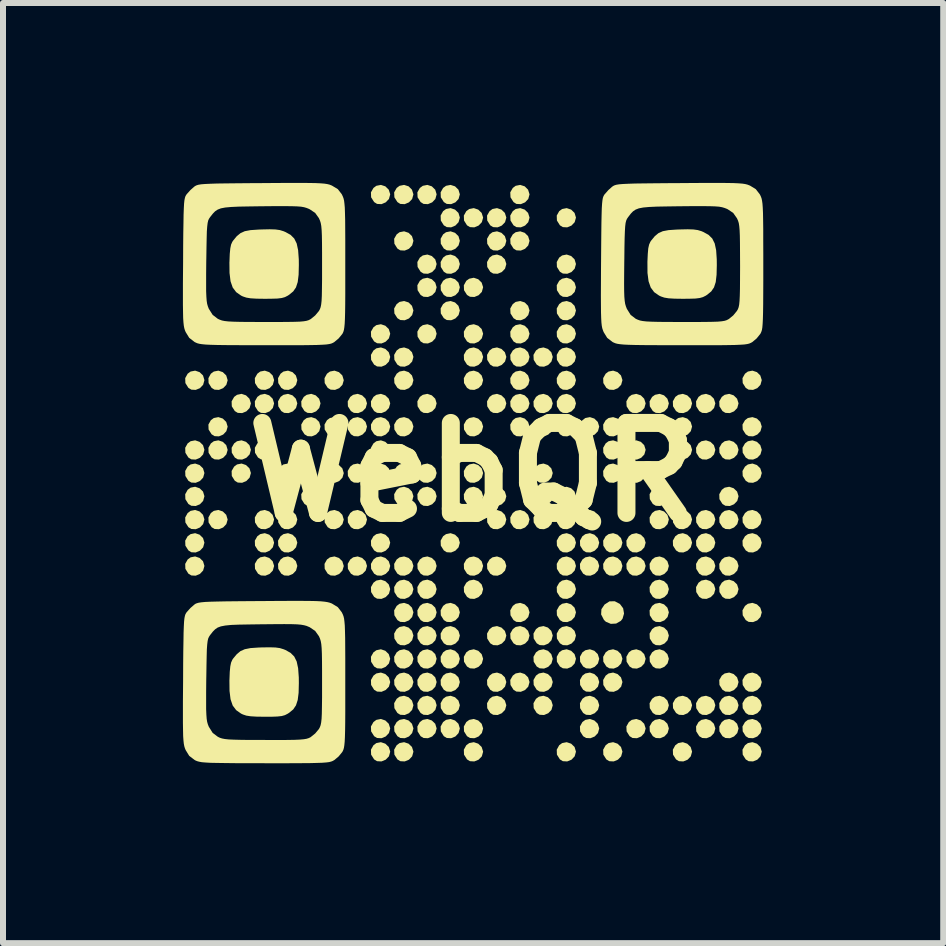
<source format=kicad_pcb>
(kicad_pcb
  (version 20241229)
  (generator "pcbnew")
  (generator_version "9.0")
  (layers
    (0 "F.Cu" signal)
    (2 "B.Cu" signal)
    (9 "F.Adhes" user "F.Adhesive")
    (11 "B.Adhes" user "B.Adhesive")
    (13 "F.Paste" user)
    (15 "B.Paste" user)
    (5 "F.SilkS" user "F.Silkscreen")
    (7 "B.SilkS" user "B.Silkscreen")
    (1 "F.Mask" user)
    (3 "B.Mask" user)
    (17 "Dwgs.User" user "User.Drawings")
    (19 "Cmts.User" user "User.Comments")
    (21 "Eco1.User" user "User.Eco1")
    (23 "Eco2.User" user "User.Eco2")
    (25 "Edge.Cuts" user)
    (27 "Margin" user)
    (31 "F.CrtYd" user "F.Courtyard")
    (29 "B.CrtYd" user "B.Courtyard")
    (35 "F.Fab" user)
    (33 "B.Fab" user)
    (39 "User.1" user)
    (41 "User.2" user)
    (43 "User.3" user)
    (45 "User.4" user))
  (footprint "WebQR"
    (layer "F.Cu")
    (at 4.824 4.824)
    (property "Reference" "WebQR" (at 0 0 0) (layer "F.SilkS") (effects (font (size 1.5 1.5) (thickness 0.3))))
    (attr board_only exclude_from_pos_files exclude_from_bom)
    (fp_poly (pts (xy -4.546 -1.669) (xy -4.489 -1.614) (xy -4.466 -1.538) (xy -4.466 -1.534) (xy -4.487 -1.458) (xy -4.54 -1.402) (xy -4.611 -1.373) (xy -4.684 -1.377) (xy -4.733 -1.407) (xy -4.783 -1.487) (xy -4.786 -1.569) (xy -4.745 -1.643) (xy -4.696 -1.679) (xy -4.62 -1.694)) (stroke (width 0) (type solid)) (fill yes) (layer "F.SilkS"))
    (fp_poly (pts (xy -4.546 -0.507) (xy -4.489 -0.452) (xy -4.466 -0.376) (xy -4.466 -0.372) (xy -4.487 -0.297) (xy -4.54 -0.241) (xy -4.611 -0.211) (xy -4.684 -0.215) (xy -4.733 -0.245) (xy -4.783 -0.325) (xy -4.786 -0.408) (xy -4.745 -0.481) (xy -4.696 -0.517) (xy -4.62 -0.532)) (stroke (width 0) (type solid)) (fill yes) (layer "F.SilkS"))
    (fp_poly (pts (xy -4.546 -0.12) (xy -4.489 -0.065) (xy -4.466 0.011) (xy -4.466 0.015) (xy -4.487 0.09) (xy -4.54 0.146) (xy -4.611 0.176) (xy -4.684 0.172) (xy -4.733 0.142) (xy -4.783 0.062) (xy -4.786 -0.021) (xy -4.745 -0.094) (xy -4.696 -0.13) (xy -4.62 -0.145)) (stroke (width 0) (type solid)) (fill yes) (layer "F.SilkS"))
    (fp_poly (pts (xy -4.546 0.267) (xy -4.489 0.322) (xy -4.466 0.398) (xy -4.466 0.402) (xy -4.487 0.478) (xy -4.54 0.534) (xy -4.611 0.563) (xy -4.684 0.559) (xy -4.733 0.529) (xy -4.783 0.449) (xy -4.786 0.367) (xy -4.745 0.293) (xy -4.696 0.257) (xy -4.62 0.242)) (stroke (width 0) (type solid)) (fill yes) (layer "F.SilkS"))
    (fp_poly (pts (xy -4.546 0.654) (xy -4.489 0.71) (xy -4.466 0.786) (xy -4.466 0.789) (xy -4.487 0.865) (xy -4.54 0.921) (xy -4.611 0.95) (xy -4.684 0.946) (xy -4.733 0.916) (xy -4.783 0.837) (xy -4.786 0.754) (xy -4.745 0.68) (xy -4.696 0.644) (xy -4.62 0.629)) (stroke (width 0) (type solid)) (fill yes) (layer "F.SilkS"))
    (fp_poly (pts (xy -4.546 1.041) (xy -4.489 1.097) (xy -4.466 1.173) (xy -4.466 1.176) (xy -4.487 1.252) (xy -4.54 1.308) (xy -4.611 1.338) (xy -4.684 1.334) (xy -4.733 1.303) (xy -4.783 1.224) (xy -4.786 1.141) (xy -4.745 1.067) (xy -4.696 1.032) (xy -4.62 1.016)) (stroke (width 0) (type solid)) (fill yes) (layer "F.SilkS"))
    (fp_poly (pts (xy -4.546 1.429) (xy -4.489 1.484) (xy -4.466 1.56) (xy -4.466 1.564) (xy -4.487 1.639) (xy -4.54 1.695) (xy -4.611 1.725) (xy -4.684 1.721) (xy -4.733 1.691) (xy -4.783 1.611) (xy -4.786 1.528) (xy -4.745 1.455) (xy -4.696 1.419) (xy -4.62 1.404)) (stroke (width 0) (type solid)) (fill yes) (layer "F.SilkS"))
    (fp_poly (pts (xy -4.159 -1.669) (xy -4.102 -1.614) (xy -4.079 -1.538) (xy -4.078 -1.534) (xy -4.1 -1.458) (xy -4.153 -1.402) (xy -4.224 -1.373) (xy -4.297 -1.377) (xy -4.346 -1.407) (xy -4.396 -1.487) (xy -4.399 -1.569) (xy -4.358 -1.643) (xy -4.309 -1.679) (xy -4.233 -1.694)) (stroke (width 0) (type solid)) (fill yes) (layer "F.SilkS"))
    (fp_poly (pts (xy -4.159 -0.895) (xy -4.102 -0.839) (xy -4.079 -0.763) (xy -4.078 -0.76) (xy -4.1 -0.684) (xy -4.153 -0.628) (xy -4.224 -0.598) (xy -4.297 -0.602) (xy -4.346 -0.633) (xy -4.396 -0.712) (xy -4.399 -0.795) (xy -4.358 -0.868) (xy -4.309 -0.904) (xy -4.233 -0.919)) (stroke (width 0) (type solid)) (fill yes) (layer "F.SilkS"))
    (fp_poly (pts (xy -4.159 -0.507) (xy -4.102 -0.452) (xy -4.079 -0.376) (xy -4.078 -0.372) (xy -4.1 -0.297) (xy -4.153 -0.241) (xy -4.224 -0.211) (xy -4.297 -0.215) (xy -4.346 -0.245) (xy -4.396 -0.325) (xy -4.399 -0.408) (xy -4.358 -0.481) (xy -4.309 -0.517) (xy -4.233 -0.532)) (stroke (width 0) (type solid)) (fill yes) (layer "F.SilkS"))
    (fp_poly (pts (xy -4.159 0.654) (xy -4.102 0.71) (xy -4.079 0.786) (xy -4.078 0.789) (xy -4.1 0.865) (xy -4.153 0.921) (xy -4.224 0.95) (xy -4.297 0.946) (xy -4.346 0.916) (xy -4.396 0.837) (xy -4.399 0.754) (xy -4.358 0.68) (xy -4.309 0.644) (xy -4.233 0.629)) (stroke (width 0) (type solid)) (fill yes) (layer "F.SilkS"))
    (fp_poly (pts (xy -3.772 -1.282) (xy -3.715 -1.226) (xy -3.691 -1.15) (xy -3.691 -1.147) (xy -3.712 -1.071) (xy -3.766 -1.015) (xy -3.837 -0.986) (xy -3.91 -0.99) (xy -3.959 -1.02) (xy -4.009 -1.099) (xy -4.012 -1.182) (xy -3.97 -1.256) (xy -3.922 -1.291) (xy -3.846 -1.307)) (stroke (width 0) (type solid)) (fill yes) (layer "F.SilkS"))
    (fp_poly (pts (xy -3.772 -0.507) (xy -3.715 -0.452) (xy -3.691 -0.376) (xy -3.691 -0.372) (xy -3.712 -0.297) (xy -3.766 -0.241) (xy -3.837 -0.211) (xy -3.91 -0.215) (xy -3.959 -0.245) (xy -4.009 -0.325) (xy -4.012 -0.408) (xy -3.97 -0.481) (xy -3.922 -0.517) (xy -3.846 -0.532)) (stroke (width 0) (type solid)) (fill yes) (layer "F.SilkS"))
    (fp_poly (pts (xy -3.772 -0.12) (xy -3.715 -0.065) (xy -3.691 0.011) (xy -3.691 0.015) (xy -3.712 0.09) (xy -3.766 0.146) (xy -3.837 0.176) (xy -3.91 0.172) (xy -3.959 0.142) (xy -4.009 0.062) (xy -4.012 -0.021) (xy -3.97 -0.094) (xy -3.922 -0.13) (xy -3.846 -0.145)) (stroke (width 0) (type solid)) (fill yes) (layer "F.SilkS"))
    (fp_poly (pts (xy -3.385 -1.669) (xy -3.328 -1.614) (xy -3.304 -1.538) (xy -3.304 -1.534) (xy -3.325 -1.458) (xy -3.378 -1.402) (xy -3.449 -1.373) (xy -3.523 -1.377) (xy -3.572 -1.407) (xy -3.622 -1.487) (xy -3.625 -1.569) (xy -3.583 -1.643) (xy -3.535 -1.679) (xy -3.459 -1.694)) (stroke (width 0) (type solid)) (fill yes) (layer "F.SilkS"))
    (fp_poly (pts (xy -3.385 -1.282) (xy -3.328 -1.226) (xy -3.304 -1.15) (xy -3.304 -1.147) (xy -3.325 -1.071) (xy -3.378 -1.015) (xy -3.449 -0.986) (xy -3.523 -0.99) (xy -3.572 -1.02) (xy -3.622 -1.099) (xy -3.625 -1.182) (xy -3.583 -1.256) (xy -3.535 -1.291) (xy -3.459 -1.307)) (stroke (width 0) (type solid)) (fill yes) (layer "F.SilkS"))
    (fp_poly (pts (xy -3.385 -0.507) (xy -3.328 -0.452) (xy -3.304 -0.376) (xy -3.304 -0.372) (xy -3.325 -0.297) (xy -3.378 -0.241) (xy -3.449 -0.211) (xy -3.523 -0.215) (xy -3.572 -0.245) (xy -3.622 -0.325) (xy -3.625 -0.408) (xy -3.583 -0.481) (xy -3.535 -0.517) (xy -3.459 -0.532)) (stroke (width 0) (type solid)) (fill yes) (layer "F.SilkS"))
    (fp_poly (pts (xy -3.385 0.654) (xy -3.328 0.71) (xy -3.304 0.786) (xy -3.304 0.789) (xy -3.325 0.865) (xy -3.378 0.921) (xy -3.449 0.95) (xy -3.523 0.946) (xy -3.572 0.916) (xy -3.622 0.837) (xy -3.625 0.754) (xy -3.583 0.68) (xy -3.535 0.644) (xy -3.459 0.629)) (stroke (width 0) (type solid)) (fill yes) (layer "F.SilkS"))
    (fp_poly (pts (xy -3.385 1.041) (xy -3.328 1.097) (xy -3.304 1.173) (xy -3.304 1.176) (xy -3.325 1.252) (xy -3.378 1.308) (xy -3.449 1.338) (xy -3.523 1.334) (xy -3.572 1.303) (xy -3.622 1.224) (xy -3.625 1.141) (xy -3.583 1.067) (xy -3.535 1.032) (xy -3.459 1.016)) (stroke (width 0) (type solid)) (fill yes) (layer "F.SilkS"))
    (fp_poly (pts (xy -3.385 1.429) (xy -3.328 1.484) (xy -3.304 1.56) (xy -3.304 1.564) (xy -3.325 1.639) (xy -3.378 1.695) (xy -3.449 1.725) (xy -3.523 1.721) (xy -3.572 1.691) (xy -3.622 1.611) (xy -3.625 1.528) (xy -3.583 1.455) (xy -3.535 1.419) (xy -3.459 1.404)) (stroke (width 0) (type solid)) (fill yes) (layer "F.SilkS"))
    (fp_poly (pts (xy -2.997 -1.669) (xy -2.941 -1.614) (xy -2.917 -1.538) (xy -2.917 -1.534) (xy -2.938 -1.458) (xy -2.991 -1.402) (xy -3.062 -1.373) (xy -3.136 -1.377) (xy -3.184 -1.407) (xy -3.234 -1.487) (xy -3.238 -1.569) (xy -3.196 -1.643) (xy -3.148 -1.679) (xy -3.072 -1.694)) (stroke (width 0) (type solid)) (fill yes) (layer "F.SilkS"))
    (fp_poly (pts (xy -2.997 -1.282) (xy -2.941 -1.226) (xy -2.917 -1.15) (xy -2.917 -1.147) (xy -2.938 -1.071) (xy -2.991 -1.015) (xy -3.062 -0.986) (xy -3.136 -0.99) (xy -3.184 -1.02) (xy -3.234 -1.099) (xy -3.238 -1.182) (xy -3.196 -1.256) (xy -3.148 -1.291) (xy -3.072 -1.307)) (stroke (width 0) (type solid)) (fill yes) (layer "F.SilkS"))
    (fp_poly (pts (xy -2.997 -0.12) (xy -2.941 -0.065) (xy -2.917 0.011) (xy -2.917 0.015) (xy -2.938 0.09) (xy -2.991 0.146) (xy -3.062 0.176) (xy -3.136 0.172) (xy -3.184 0.142) (xy -3.234 0.062) (xy -3.238 -0.021) (xy -3.196 -0.094) (xy -3.148 -0.13) (xy -3.072 -0.145)) (stroke (width 0) (type solid)) (fill yes) (layer "F.SilkS"))
    (fp_poly (pts (xy -2.997 0.654) (xy -2.941 0.71) (xy -2.917 0.786) (xy -2.917 0.789) (xy -2.938 0.865) (xy -2.991 0.921) (xy -3.062 0.95) (xy -3.136 0.946) (xy -3.184 0.916) (xy -3.234 0.837) (xy -3.238 0.754) (xy -3.196 0.68) (xy -3.148 0.644) (xy -3.072 0.629)) (stroke (width 0) (type solid)) (fill yes) (layer "F.SilkS"))
    (fp_poly (pts (xy -2.997 1.041) (xy -2.941 1.097) (xy -2.917 1.173) (xy -2.917 1.176) (xy -2.938 1.252) (xy -2.991 1.308) (xy -3.062 1.338) (xy -3.136 1.334) (xy -3.184 1.303) (xy -3.234 1.224) (xy -3.238 1.141) (xy -3.196 1.067) (xy -3.148 1.032) (xy -3.072 1.016)) (stroke (width 0) (type solid)) (fill yes) (layer "F.SilkS"))
    (fp_poly (pts (xy -2.997 1.429) (xy -2.941 1.484) (xy -2.917 1.56) (xy -2.917 1.564) (xy -2.938 1.639) (xy -2.991 1.695) (xy -3.062 1.725) (xy -3.136 1.721) (xy -3.184 1.691) (xy -3.234 1.611) (xy -3.238 1.528) (xy -3.196 1.455) (xy -3.148 1.419) (xy -3.072 1.404)) (stroke (width 0) (type solid)) (fill yes) (layer "F.SilkS"))
    (fp_poly (pts (xy -2.61 -1.282) (xy -2.553 -1.226) (xy -2.53 -1.15) (xy -2.53 -1.147) (xy -2.551 -1.071) (xy -2.604 -1.015) (xy -2.675 -0.986) (xy -2.748 -0.99) (xy -2.797 -1.02) (xy -2.847 -1.099) (xy -2.851 -1.182) (xy -2.809 -1.256) (xy -2.76 -1.291) (xy -2.684 -1.307)) (stroke (width 0) (type solid)) (fill yes) (layer "F.SilkS"))
    (fp_poly (pts (xy -2.61 -0.895) (xy -2.553 -0.839) (xy -2.53 -0.763) (xy -2.53 -0.76) (xy -2.551 -0.684) (xy -2.604 -0.628) (xy -2.675 -0.598) (xy -2.748 -0.602) (xy -2.797 -0.633) (xy -2.847 -0.712) (xy -2.851 -0.795) (xy -2.809 -0.868) (xy -2.76 -0.904) (xy -2.684 -0.919)) (stroke (width 0) (type solid)) (fill yes) (layer "F.SilkS"))
    (fp_poly (pts (xy -2.61 0.267) (xy -2.553 0.322) (xy -2.53 0.398) (xy -2.53 0.402) (xy -2.551 0.478) (xy -2.604 0.534) (xy -2.675 0.563) (xy -2.748 0.559) (xy -2.797 0.529) (xy -2.847 0.449) (xy -2.851 0.367) (xy -2.809 0.293) (xy -2.76 0.257) (xy -2.684 0.242)) (stroke (width 0) (type solid)) (fill yes) (layer "F.SilkS"))
    (fp_poly (pts (xy -2.223 -1.669) (xy -2.166 -1.614) (xy -2.143 -1.538) (xy -2.142 -1.534) (xy -2.164 -1.458) (xy -2.217 -1.402) (xy -2.288 -1.373) (xy -2.361 -1.377) (xy -2.41 -1.407) (xy -2.46 -1.487) (xy -2.463 -1.569) (xy -2.422 -1.643) (xy -2.373 -1.679) (xy -2.297 -1.694)) (stroke (width 0) (type solid)) (fill yes) (layer "F.SilkS"))
    (fp_poly (pts (xy -2.223 -0.895) (xy -2.166 -0.839) (xy -2.143 -0.763) (xy -2.142 -0.76) (xy -2.164 -0.684) (xy -2.217 -0.628) (xy -2.288 -0.598) (xy -2.361 -0.602) (xy -2.41 -0.633) (xy -2.46 -0.712) (xy -2.463 -0.795) (xy -2.422 -0.868) (xy -2.373 -0.904) (xy -2.297 -0.919)) (stroke (width 0) (type solid)) (fill yes) (layer "F.SilkS"))
    (fp_poly (pts (xy -2.223 -0.12) (xy -2.166 -0.065) (xy -2.143 0.011) (xy -2.142 0.015) (xy -2.164 0.09) (xy -2.217 0.146) (xy -2.288 0.176) (xy -2.361 0.172) (xy -2.41 0.142) (xy -2.46 0.062) (xy -2.463 -0.021) (xy -2.422 -0.094) (xy -2.373 -0.13) (xy -2.297 -0.145)) (stroke (width 0) (type solid)) (fill yes) (layer "F.SilkS"))
    (fp_poly (pts (xy -2.223 0.654) (xy -2.166 0.71) (xy -2.143 0.786) (xy -2.142 0.789) (xy -2.164 0.865) (xy -2.217 0.921) (xy -2.288 0.95) (xy -2.361 0.946) (xy -2.41 0.916) (xy -2.46 0.837) (xy -2.463 0.754) (xy -2.422 0.68) (xy -2.373 0.644) (xy -2.297 0.629)) (stroke (width 0) (type solid)) (fill yes) (layer "F.SilkS"))
    (fp_poly (pts (xy -2.223 1.429) (xy -2.166 1.484) (xy -2.143 1.56) (xy -2.142 1.564) (xy -2.164 1.639) (xy -2.217 1.695) (xy -2.288 1.725) (xy -2.361 1.721) (xy -2.41 1.691) (xy -2.46 1.611) (xy -2.463 1.528) (xy -2.422 1.455) (xy -2.373 1.419) (xy -2.297 1.404)) (stroke (width 0) (type solid)) (fill yes) (layer "F.SilkS"))
    (fp_poly (pts (xy -1.836 -1.282) (xy -1.779 -1.226) (xy -1.755 -1.15) (xy -1.755 -1.147) (xy -1.776 -1.071) (xy -1.83 -1.015) (xy -1.901 -0.986) (xy -1.974 -0.99) (xy -2.023 -1.02) (xy -2.073 -1.099) (xy -2.076 -1.182) (xy -2.034 -1.256) (xy -1.986 -1.291) (xy -1.91 -1.307)) (stroke (width 0) (type solid)) (fill yes) (layer "F.SilkS"))
    (fp_poly (pts (xy -1.836 -0.895) (xy -1.779 -0.839) (xy -1.755 -0.763) (xy -1.755 -0.76) (xy -1.776 -0.684) (xy -1.83 -0.628) (xy -1.901 -0.598) (xy -1.974 -0.602) (xy -2.023 -0.633) (xy -2.073 -0.712) (xy -2.076 -0.795) (xy -2.034 -0.868) (xy -1.986 -0.904) (xy -1.91 -0.919)) (stroke (width 0) (type solid)) (fill yes) (layer "F.SilkS"))
    (fp_poly (pts (xy -1.836 -0.12) (xy -1.779 -0.065) (xy -1.755 0.011) (xy -1.755 0.015) (xy -1.776 0.09) (xy -1.83 0.146) (xy -1.901 0.176) (xy -1.974 0.172) (xy -2.023 0.142) (xy -2.073 0.062) (xy -2.076 -0.021) (xy -2.034 -0.094) (xy -1.986 -0.13) (xy -1.91 -0.145)) (stroke (width 0) (type solid)) (fill yes) (layer "F.SilkS"))
    (fp_poly (pts (xy -1.836 0.654) (xy -1.779 0.71) (xy -1.755 0.786) (xy -1.755 0.789) (xy -1.776 0.865) (xy -1.83 0.921) (xy -1.901 0.95) (xy -1.974 0.946) (xy -2.023 0.916) (xy -2.073 0.837) (xy -2.076 0.754) (xy -2.034 0.68) (xy -1.986 0.644) (xy -1.91 0.629)) (stroke (width 0) (type solid)) (fill yes) (layer "F.SilkS"))
    (fp_poly (pts (xy -1.836 1.429) (xy -1.779 1.484) (xy -1.755 1.56) (xy -1.755 1.564) (xy -1.776 1.639) (xy -1.83 1.695) (xy -1.901 1.725) (xy -1.974 1.721) (xy -2.023 1.691) (xy -2.073 1.611) (xy -2.076 1.528) (xy -2.034 1.455) (xy -1.986 1.419) (xy -1.91 1.404)) (stroke (width 0) (type solid)) (fill yes) (layer "F.SilkS"))
    (fp_poly (pts (xy -1.449 -4.767) (xy -1.392 -4.711) (xy -1.368 -4.635) (xy -1.368 -4.632) (xy -1.389 -4.556) (xy -1.443 -4.5) (xy -1.513 -4.47) (xy -1.587 -4.474) (xy -1.636 -4.505) (xy -1.686 -4.584) (xy -1.689 -4.667) (xy -1.647 -4.74) (xy -1.599 -4.776) (xy -1.523 -4.791)) (stroke (width 0) (type solid)) (fill yes) (layer "F.SilkS"))
    (fp_poly (pts (xy -1.449 -2.443) (xy -1.392 -2.388) (xy -1.368 -2.312) (xy -1.368 -2.308) (xy -1.389 -2.233) (xy -1.443 -2.177) (xy -1.513 -2.147) (xy -1.587 -2.151) (xy -1.636 -2.181) (xy -1.686 -2.261) (xy -1.689 -2.344) (xy -1.647 -2.417) (xy -1.599 -2.453) (xy -1.523 -2.468)) (stroke (width 0) (type solid)) (fill yes) (layer "F.SilkS"))
    (fp_poly (pts (xy -1.449 -2.056) (xy -1.392 -2.001) (xy -1.368 -1.925) (xy -1.368 -1.921) (xy -1.389 -1.846) (xy -1.443 -1.79) (xy -1.513 -1.76) (xy -1.587 -1.764) (xy -1.636 -1.794) (xy -1.686 -1.874) (xy -1.689 -1.957) (xy -1.647 -2.03) (xy -1.599 -2.066) (xy -1.523 -2.081)) (stroke (width 0) (type solid)) (fill yes) (layer "F.SilkS"))
    (fp_poly (pts (xy -1.449 -1.282) (xy -1.392 -1.226) (xy -1.368 -1.15) (xy -1.368 -1.147) (xy -1.389 -1.071) (xy -1.443 -1.015) (xy -1.513 -0.986) (xy -1.587 -0.99) (xy -1.636 -1.02) (xy -1.686 -1.099) (xy -1.689 -1.182) (xy -1.647 -1.256) (xy -1.599 -1.291) (xy -1.523 -1.307)) (stroke (width 0) (type solid)) (fill yes) (layer "F.SilkS"))
    (fp_poly (pts (xy -1.449 -0.895) (xy -1.392 -0.839) (xy -1.368 -0.763) (xy -1.368 -0.76) (xy -1.389 -0.684) (xy -1.443 -0.628) (xy -1.513 -0.598) (xy -1.587 -0.602) (xy -1.636 -0.633) (xy -1.686 -0.712) (xy -1.689 -0.795) (xy -1.647 -0.868) (xy -1.599 -0.904) (xy -1.523 -0.919)) (stroke (width 0) (type solid)) (fill yes) (layer "F.SilkS"))
    (fp_poly (pts (xy -1.449 -0.507) (xy -1.392 -0.452) (xy -1.368 -0.376) (xy -1.368 -0.372) (xy -1.389 -0.297) (xy -1.443 -0.241) (xy -1.513 -0.211) (xy -1.587 -0.215) (xy -1.636 -0.245) (xy -1.686 -0.325) (xy -1.689 -0.408) (xy -1.647 -0.481) (xy -1.599 -0.517) (xy -1.523 -0.532)) (stroke (width 0) (type solid)) (fill yes) (layer "F.SilkS"))
    (fp_poly (pts (xy -1.449 -0.12) (xy -1.392 -0.065) (xy -1.368 0.011) (xy -1.368 0.015) (xy -1.389 0.09) (xy -1.443 0.146) (xy -1.513 0.176) (xy -1.587 0.172) (xy -1.636 0.142) (xy -1.686 0.062) (xy -1.689 -0.021) (xy -1.647 -0.094) (xy -1.599 -0.13) (xy -1.523 -0.145)) (stroke (width 0) (type solid)) (fill yes) (layer "F.SilkS"))
    (fp_poly (pts (xy -1.449 1.041) (xy -1.392 1.097) (xy -1.368 1.173) (xy -1.368 1.176) (xy -1.389 1.252) (xy -1.443 1.308) (xy -1.513 1.338) (xy -1.587 1.334) (xy -1.636 1.303) (xy -1.686 1.224) (xy -1.689 1.141) (xy -1.647 1.067) (xy -1.599 1.032) (xy -1.523 1.016)) (stroke (width 0) (type solid)) (fill yes) (layer "F.SilkS"))
    (fp_poly (pts (xy -1.449 1.429) (xy -1.392 1.484) (xy -1.368 1.56) (xy -1.368 1.564) (xy -1.389 1.639) (xy -1.443 1.695) (xy -1.513 1.725) (xy -1.587 1.721) (xy -1.636 1.691) (xy -1.686 1.611) (xy -1.689 1.528) (xy -1.647 1.455) (xy -1.599 1.419) (xy -1.523 1.404)) (stroke (width 0) (type solid)) (fill yes) (layer "F.SilkS"))
    (fp_poly (pts (xy -1.449 1.816) (xy -1.392 1.871) (xy -1.368 1.947) (xy -1.368 1.951) (xy -1.389 2.026) (xy -1.443 2.082) (xy -1.513 2.112) (xy -1.587 2.108) (xy -1.636 2.078) (xy -1.686 1.998) (xy -1.689 1.915) (xy -1.647 1.842) (xy -1.599 1.806) (xy -1.523 1.791)) (stroke (width 0) (type solid)) (fill yes) (layer "F.SilkS"))
    (fp_poly (pts (xy -1.449 2.977) (xy -1.392 3.033) (xy -1.368 3.109) (xy -1.368 3.112) (xy -1.389 3.188) (xy -1.443 3.244) (xy -1.513 3.274) (xy -1.587 3.269) (xy -1.636 3.239) (xy -1.686 3.16) (xy -1.689 3.077) (xy -1.647 3.003) (xy -1.599 2.968) (xy -1.523 2.952)) (stroke (width 0) (type solid)) (fill yes) (layer "F.SilkS"))
    (fp_poly (pts (xy -1.449 3.365) (xy -1.392 3.42) (xy -1.368 3.496) (xy -1.368 3.5) (xy -1.389 3.575) (xy -1.443 3.631) (xy -1.513 3.661) (xy -1.587 3.657) (xy -1.636 3.627) (xy -1.686 3.547) (xy -1.689 3.464) (xy -1.647 3.391) (xy -1.599 3.355) (xy -1.523 3.34)) (stroke (width 0) (type solid)) (fill yes) (layer "F.SilkS"))
    (fp_poly (pts (xy -1.449 4.139) (xy -1.392 4.194) (xy -1.368 4.27) (xy -1.368 4.274) (xy -1.389 4.349) (xy -1.443 4.406) (xy -1.513 4.435) (xy -1.587 4.431) (xy -1.636 4.401) (xy -1.686 4.321) (xy -1.689 4.239) (xy -1.647 4.165) (xy -1.599 4.129) (xy -1.523 4.114)) (stroke (width 0) (type solid)) (fill yes) (layer "F.SilkS"))
    (fp_poly (pts (xy -1.449 4.526) (xy -1.392 4.581) (xy -1.368 4.657) (xy -1.368 4.661) (xy -1.389 4.737) (xy -1.443 4.793) (xy -1.513 4.822) (xy -1.587 4.818) (xy -1.636 4.788) (xy -1.686 4.709) (xy -1.689 4.626) (xy -1.647 4.552) (xy -1.599 4.516) (xy -1.523 4.501)) (stroke (width 0) (type solid)) (fill yes) (layer "F.SilkS"))
    (fp_poly (pts (xy -1.061 -4.767) (xy -1.005 -4.711) (xy -0.981 -4.635) (xy -0.981 -4.632) (xy -1.002 -4.556) (xy -1.055 -4.5) (xy -1.126 -4.47) (xy -1.2 -4.474) (xy -1.248 -4.505) (xy -1.298 -4.584) (xy -1.302 -4.667) (xy -1.26 -4.74) (xy -1.212 -4.776) (xy -1.136 -4.791)) (stroke (width 0) (type solid)) (fill yes) (layer "F.SilkS"))
    (fp_poly (pts (xy -1.061 -3.992) (xy -1.005 -3.937) (xy -0.981 -3.861) (xy -0.981 -3.857) (xy -1.002 -3.782) (xy -1.055 -3.726) (xy -1.126 -3.696) (xy -1.2 -3.7) (xy -1.248 -3.73) (xy -1.298 -3.81) (xy -1.302 -3.893) (xy -1.26 -3.966) (xy -1.212 -4.002) (xy -1.136 -4.017)) (stroke (width 0) (type solid)) (fill yes) (layer "F.SilkS"))
    (fp_poly (pts (xy -1.061 -2.831) (xy -1.005 -2.775) (xy -0.981 -2.699) (xy -0.981 -2.696) (xy -1.002 -2.62) (xy -1.055 -2.564) (xy -1.126 -2.534) (xy -1.2 -2.538) (xy -1.248 -2.569) (xy -1.298 -2.648) (xy -1.302 -2.731) (xy -1.26 -2.804) (xy -1.212 -2.84) (xy -1.136 -2.855)) (stroke (width 0) (type solid)) (fill yes) (layer "F.SilkS"))
    (fp_poly (pts (xy -1.061 -2.056) (xy -1.005 -2.001) (xy -0.981 -1.925) (xy -0.981 -1.921) (xy -1.002 -1.846) (xy -1.055 -1.79) (xy -1.126 -1.76) (xy -1.2 -1.764) (xy -1.248 -1.794) (xy -1.298 -1.874) (xy -1.302 -1.957) (xy -1.26 -2.03) (xy -1.212 -2.066) (xy -1.136 -2.081)) (stroke (width 0) (type solid)) (fill yes) (layer "F.SilkS"))
    (fp_poly (pts (xy -1.061 -1.669) (xy -1.005 -1.614) (xy -0.981 -1.538) (xy -0.981 -1.534) (xy -1.002 -1.458) (xy -1.055 -1.402) (xy -1.126 -1.373) (xy -1.2 -1.377) (xy -1.248 -1.407) (xy -1.298 -1.487) (xy -1.302 -1.569) (xy -1.26 -1.643) (xy -1.212 -1.679) (xy -1.136 -1.694)) (stroke (width 0) (type solid)) (fill yes) (layer "F.SilkS"))
    (fp_poly (pts (xy -1.061 -0.895) (xy -1.005 -0.839) (xy -0.981 -0.763) (xy -0.981 -0.76) (xy -1.002 -0.684) (xy -1.055 -0.628) (xy -1.126 -0.598) (xy -1.2 -0.602) (xy -1.248 -0.633) (xy -1.298 -0.712) (xy -1.302 -0.795) (xy -1.26 -0.868) (xy -1.212 -0.904) (xy -1.136 -0.919)) (stroke (width 0) (type solid)) (fill yes) (layer "F.SilkS"))
    (fp_poly (pts (xy -1.061 -0.12) (xy -1.005 -0.065) (xy -0.981 0.011) (xy -0.981 0.015) (xy -1.002 0.09) (xy -1.055 0.146) (xy -1.126 0.176) (xy -1.2 0.172) (xy -1.248 0.142) (xy -1.298 0.062) (xy -1.302 -0.021) (xy -1.26 -0.094) (xy -1.212 -0.13) (xy -1.136 -0.145)) (stroke (width 0) (type solid)) (fill yes) (layer "F.SilkS"))
    (fp_poly (pts (xy -1.061 0.267) (xy -1.005 0.322) (xy -0.981 0.398) (xy -0.981 0.402) (xy -1.002 0.478) (xy -1.055 0.534) (xy -1.126 0.563) (xy -1.2 0.559) (xy -1.248 0.529) (xy -1.298 0.449) (xy -1.302 0.367) (xy -1.26 0.293) (xy -1.212 0.257) (xy -1.136 0.242)) (stroke (width 0) (type solid)) (fill yes) (layer "F.SilkS"))
    (fp_poly (pts (xy -1.061 1.429) (xy -1.005 1.484) (xy -0.981 1.56) (xy -0.981 1.564) (xy -1.002 1.639) (xy -1.055 1.695) (xy -1.126 1.725) (xy -1.2 1.721) (xy -1.248 1.691) (xy -1.298 1.611) (xy -1.302 1.528) (xy -1.26 1.455) (xy -1.212 1.419) (xy -1.136 1.404)) (stroke (width 0) (type solid)) (fill yes) (layer "F.SilkS"))
    (fp_poly (pts (xy -1.061 1.816) (xy -1.005 1.871) (xy -0.981 1.947) (xy -0.981 1.951) (xy -1.002 2.026) (xy -1.055 2.082) (xy -1.126 2.112) (xy -1.2 2.108) (xy -1.248 2.078) (xy -1.298 1.998) (xy -1.302 1.915) (xy -1.26 1.842) (xy -1.212 1.806) (xy -1.136 1.791)) (stroke (width 0) (type solid)) (fill yes) (layer "F.SilkS"))
    (fp_poly (pts (xy -1.061 2.203) (xy -1.005 2.258) (xy -0.981 2.334) (xy -0.981 2.338) (xy -1.002 2.414) (xy -1.055 2.47) (xy -1.126 2.499) (xy -1.2 2.495) (xy -1.248 2.465) (xy -1.298 2.385) (xy -1.302 2.303) (xy -1.26 2.229) (xy -1.212 2.193) (xy -1.136 2.178)) (stroke (width 0) (type solid)) (fill yes) (layer "F.SilkS"))
    (fp_poly (pts (xy -1.061 2.59) (xy -1.005 2.645) (xy -0.981 2.721) (xy -0.981 2.725) (xy -1.002 2.801) (xy -1.055 2.857) (xy -1.126 2.886) (xy -1.2 2.882) (xy -1.248 2.852) (xy -1.298 2.773) (xy -1.302 2.69) (xy -1.26 2.616) (xy -1.212 2.58) (xy -1.136 2.565)) (stroke (width 0) (type solid)) (fill yes) (layer "F.SilkS"))
    (fp_poly (pts (xy -1.061 2.977) (xy -1.005 3.033) (xy -0.981 3.109) (xy -0.981 3.112) (xy -1.002 3.188) (xy -1.055 3.244) (xy -1.126 3.274) (xy -1.2 3.269) (xy -1.248 3.239) (xy -1.298 3.16) (xy -1.302 3.077) (xy -1.26 3.003) (xy -1.212 2.968) (xy -1.136 2.952)) (stroke (width 0) (type solid)) (fill yes) (layer "F.SilkS"))
    (fp_poly (pts (xy -1.061 3.365) (xy -1.005 3.42) (xy -0.981 3.496) (xy -0.981 3.5) (xy -1.002 3.575) (xy -1.055 3.631) (xy -1.126 3.661) (xy -1.2 3.657) (xy -1.248 3.627) (xy -1.298 3.547) (xy -1.302 3.464) (xy -1.26 3.391) (xy -1.212 3.355) (xy -1.136 3.34)) (stroke (width 0) (type solid)) (fill yes) (layer "F.SilkS"))
    (fp_poly (pts (xy -1.061 3.752) (xy -1.005 3.807) (xy -0.981 3.883) (xy -0.981 3.887) (xy -1.002 3.962) (xy -1.055 4.018) (xy -1.126 4.048) (xy -1.2 4.044) (xy -1.248 4.014) (xy -1.298 3.934) (xy -1.302 3.851) (xy -1.26 3.778) (xy -1.212 3.742) (xy -1.136 3.727)) (stroke (width 0) (type solid)) (fill yes) (layer "F.SilkS"))
    (fp_poly (pts (xy -1.061 4.139) (xy -1.005 4.194) (xy -0.981 4.27) (xy -0.981 4.274) (xy -1.002 4.349) (xy -1.055 4.406) (xy -1.126 4.435) (xy -1.2 4.431) (xy -1.248 4.401) (xy -1.298 4.321) (xy -1.302 4.239) (xy -1.26 4.165) (xy -1.212 4.129) (xy -1.136 4.114)) (stroke (width 0) (type solid)) (fill yes) (layer "F.SilkS"))
    (fp_poly (pts (xy -1.061 4.526) (xy -1.005 4.581) (xy -0.981 4.657) (xy -0.981 4.661) (xy -1.002 4.737) (xy -1.055 4.793) (xy -1.126 4.822) (xy -1.2 4.818) (xy -1.248 4.788) (xy -1.298 4.709) (xy -1.302 4.626) (xy -1.26 4.552) (xy -1.212 4.516) (xy -1.136 4.501)) (stroke (width 0) (type solid)) (fill yes) (layer "F.SilkS"))
    (fp_poly (pts (xy -0.674 -4.767) (xy -0.617 -4.711) (xy -0.594 -4.635) (xy -0.594 -4.632) (xy -0.615 -4.556) (xy -0.668 -4.5) (xy -0.739 -4.47) (xy -0.812 -4.474) (xy -0.861 -4.505) (xy -0.911 -4.584) (xy -0.915 -4.667) (xy -0.873 -4.74) (xy -0.824 -4.776) (xy -0.748 -4.791)) (stroke (width 0) (type solid)) (fill yes) (layer "F.SilkS"))
    (fp_poly (pts (xy -0.674 -3.605) (xy -0.617 -3.55) (xy -0.594 -3.474) (xy -0.594 -3.47) (xy -0.615 -3.394) (xy -0.668 -3.338) (xy -0.739 -3.309) (xy -0.812 -3.313) (xy -0.861 -3.343) (xy -0.911 -3.423) (xy -0.915 -3.505) (xy -0.873 -3.579) (xy -0.824 -3.615) (xy -0.748 -3.63)) (stroke (width 0) (type solid)) (fill yes) (layer "F.SilkS"))
    (fp_poly (pts (xy -0.674 -3.218) (xy -0.617 -3.162) (xy -0.594 -3.086) (xy -0.594 -3.083) (xy -0.615 -3.007) (xy -0.668 -2.951) (xy -0.739 -2.922) (xy -0.812 -2.926) (xy -0.861 -2.956) (xy -0.911 -3.035) (xy -0.915 -3.118) (xy -0.873 -3.192) (xy -0.824 -3.227) (xy -0.748 -3.243)) (stroke (width 0) (type solid)) (fill yes) (layer "F.SilkS"))
    (fp_poly (pts (xy -0.674 -2.443) (xy -0.617 -2.388) (xy -0.594 -2.312) (xy -0.594 -2.308) (xy -0.615 -2.233) (xy -0.668 -2.177) (xy -0.739 -2.147) (xy -0.812 -2.151) (xy -0.861 -2.181) (xy -0.911 -2.261) (xy -0.915 -2.344) (xy -0.873 -2.417) (xy -0.824 -2.453) (xy -0.748 -2.468)) (stroke (width 0) (type solid)) (fill yes) (layer "F.SilkS"))
    (fp_poly (pts (xy -0.674 -1.282) (xy -0.617 -1.226) (xy -0.594 -1.15) (xy -0.594 -1.147) (xy -0.615 -1.071) (xy -0.668 -1.015) (xy -0.739 -0.986) (xy -0.812 -0.99) (xy -0.861 -1.02) (xy -0.911 -1.099) (xy -0.915 -1.182) (xy -0.873 -1.256) (xy -0.824 -1.291) (xy -0.748 -1.307)) (stroke (width 0) (type solid)) (fill yes) (layer "F.SilkS"))
    (fp_poly (pts (xy -0.674 -0.12) (xy -0.617 -0.065) (xy -0.594 0.011) (xy -0.594 0.015) (xy -0.615 0.09) (xy -0.668 0.146) (xy -0.739 0.176) (xy -0.812 0.172) (xy -0.861 0.142) (xy -0.911 0.062) (xy -0.915 -0.021) (xy -0.873 -0.094) (xy -0.824 -0.13) (xy -0.748 -0.145)) (stroke (width 0) (type solid)) (fill yes) (layer "F.SilkS"))
    (fp_poly (pts (xy -0.674 0.267) (xy -0.617 0.322) (xy -0.594 0.398) (xy -0.594 0.402) (xy -0.615 0.478) (xy -0.668 0.534) (xy -0.739 0.563) (xy -0.812 0.559) (xy -0.861 0.529) (xy -0.911 0.449) (xy -0.915 0.367) (xy -0.873 0.293) (xy -0.824 0.257) (xy -0.748 0.242)) (stroke (width 0) (type solid)) (fill yes) (layer "F.SilkS"))
    (fp_poly (pts (xy -0.674 1.429) (xy -0.617 1.484) (xy -0.594 1.56) (xy -0.594 1.564) (xy -0.615 1.639) (xy -0.668 1.695) (xy -0.739 1.725) (xy -0.812 1.721) (xy -0.861 1.691) (xy -0.911 1.611) (xy -0.915 1.528) (xy -0.873 1.455) (xy -0.824 1.419) (xy -0.748 1.404)) (stroke (width 0) (type solid)) (fill yes) (layer "F.SilkS"))
    (fp_poly (pts (xy -0.674 1.816) (xy -0.617 1.871) (xy -0.594 1.947) (xy -0.594 1.951) (xy -0.615 2.026) (xy -0.668 2.082) (xy -0.739 2.112) (xy -0.812 2.108) (xy -0.861 2.078) (xy -0.911 1.998) (xy -0.915 1.915) (xy -0.873 1.842) (xy -0.824 1.806) (xy -0.748 1.791)) (stroke (width 0) (type solid)) (fill yes) (layer "F.SilkS"))
    (fp_poly (pts (xy -0.674 2.203) (xy -0.617 2.258) (xy -0.594 2.334) (xy -0.594 2.338) (xy -0.615 2.414) (xy -0.668 2.47) (xy -0.739 2.499) (xy -0.812 2.495) (xy -0.861 2.465) (xy -0.911 2.385) (xy -0.915 2.303) (xy -0.873 2.229) (xy -0.824 2.193) (xy -0.748 2.178)) (stroke (width 0) (type solid)) (fill yes) (layer "F.SilkS"))
    (fp_poly (pts (xy -0.674 2.59) (xy -0.617 2.645) (xy -0.594 2.721) (xy -0.594 2.725) (xy -0.615 2.801) (xy -0.668 2.857) (xy -0.739 2.886) (xy -0.812 2.882) (xy -0.861 2.852) (xy -0.911 2.773) (xy -0.915 2.69) (xy -0.873 2.616) (xy -0.824 2.58) (xy -0.748 2.565)) (stroke (width 0) (type solid)) (fill yes) (layer "F.SilkS"))
    (fp_poly (pts (xy -0.674 2.977) (xy -0.617 3.033) (xy -0.594 3.109) (xy -0.594 3.112) (xy -0.615 3.188) (xy -0.668 3.244) (xy -0.739 3.274) (xy -0.812 3.269) (xy -0.861 3.239) (xy -0.911 3.16) (xy -0.915 3.077) (xy -0.873 3.003) (xy -0.824 2.968) (xy -0.748 2.952)) (stroke (width 0) (type solid)) (fill yes) (layer "F.SilkS"))
    (fp_poly (pts (xy -0.674 3.365) (xy -0.617 3.42) (xy -0.594 3.496) (xy -0.594 3.5) (xy -0.615 3.575) (xy -0.668 3.631) (xy -0.739 3.661) (xy -0.812 3.657) (xy -0.861 3.627) (xy -0.911 3.547) (xy -0.915 3.464) (xy -0.873 3.391) (xy -0.824 3.355) (xy -0.748 3.34)) (stroke (width 0) (type solid)) (fill yes) (layer "F.SilkS"))
    (fp_poly (pts (xy -0.674 3.752) (xy -0.617 3.807) (xy -0.594 3.883) (xy -0.594 3.887) (xy -0.615 3.962) (xy -0.668 4.018) (xy -0.739 4.048) (xy -0.812 4.044) (xy -0.861 4.014) (xy -0.911 3.934) (xy -0.915 3.851) (xy -0.873 3.778) (xy -0.824 3.742) (xy -0.748 3.727)) (stroke (width 0) (type solid)) (fill yes) (layer "F.SilkS"))
    (fp_poly (pts (xy -0.674 4.139) (xy -0.617 4.194) (xy -0.594 4.27) (xy -0.594 4.274) (xy -0.615 4.349) (xy -0.668 4.406) (xy -0.739 4.435) (xy -0.812 4.431) (xy -0.861 4.401) (xy -0.911 4.321) (xy -0.915 4.239) (xy -0.873 4.165) (xy -0.824 4.129) (xy -0.748 4.114)) (stroke (width 0) (type solid)) (fill yes) (layer "F.SilkS"))
    (fp_poly (pts (xy -0.287 -4.767) (xy -0.23 -4.711) (xy -0.207 -4.635) (xy -0.207 -4.632) (xy -0.228 -4.556) (xy -0.281 -4.5) (xy -0.352 -4.47) (xy -0.425 -4.474) (xy -0.474 -4.505) (xy -0.524 -4.584) (xy -0.527 -4.667) (xy -0.486 -4.74) (xy -0.437 -4.776) (xy -0.361 -4.791)) (stroke (width 0) (type solid)) (fill yes) (layer "F.SilkS"))
    (fp_poly (pts (xy -0.287 -4.379) (xy -0.23 -4.324) (xy -0.207 -4.248) (xy -0.207 -4.244) (xy -0.228 -4.169) (xy -0.281 -4.113) (xy -0.352 -4.083) (xy -0.425 -4.087) (xy -0.474 -4.117) (xy -0.524 -4.197) (xy -0.527 -4.28) (xy -0.486 -4.353) (xy -0.437 -4.389) (xy -0.361 -4.404)) (stroke (width 0) (type solid)) (fill yes) (layer "F.SilkS"))
    (fp_poly (pts (xy -0.287 -3.992) (xy -0.23 -3.937) (xy -0.207 -3.861) (xy -0.207 -3.857) (xy -0.228 -3.782) (xy -0.281 -3.726) (xy -0.352 -3.696) (xy -0.425 -3.7) (xy -0.474 -3.73) (xy -0.524 -3.81) (xy -0.527 -3.893) (xy -0.486 -3.966) (xy -0.437 -4.002) (xy -0.361 -4.017)) (stroke (width 0) (type solid)) (fill yes) (layer "F.SilkS"))
    (fp_poly (pts (xy -0.287 -3.605) (xy -0.23 -3.55) (xy -0.207 -3.474) (xy -0.207 -3.47) (xy -0.228 -3.394) (xy -0.281 -3.338) (xy -0.352 -3.309) (xy -0.425 -3.313) (xy -0.474 -3.343) (xy -0.524 -3.423) (xy -0.527 -3.505) (xy -0.486 -3.579) (xy -0.437 -3.615) (xy -0.361 -3.63)) (stroke (width 0) (type solid)) (fill yes) (layer "F.SilkS"))
    (fp_poly (pts (xy -0.287 -3.218) (xy -0.23 -3.162) (xy -0.207 -3.086) (xy -0.207 -3.083) (xy -0.228 -3.007) (xy -0.281 -2.951) (xy -0.352 -2.922) (xy -0.425 -2.926) (xy -0.474 -2.956) (xy -0.524 -3.035) (xy -0.527 -3.118) (xy -0.486 -3.192) (xy -0.437 -3.227) (xy -0.361 -3.243)) (stroke (width 0) (type solid)) (fill yes) (layer "F.SilkS"))
    (fp_poly (pts (xy -0.287 -2.831) (xy -0.23 -2.775) (xy -0.207 -2.699) (xy -0.207 -2.696) (xy -0.228 -2.62) (xy -0.281 -2.564) (xy -0.352 -2.534) (xy -0.425 -2.538) (xy -0.474 -2.569) (xy -0.524 -2.648) (xy -0.527 -2.731) (xy -0.486 -2.804) (xy -0.437 -2.84) (xy -0.361 -2.855)) (stroke (width 0) (type solid)) (fill yes) (layer "F.SilkS"))
    (fp_poly (pts (xy -0.287 1.041) (xy -0.23 1.097) (xy -0.207 1.173) (xy -0.207 1.176) (xy -0.228 1.252) (xy -0.281 1.308) (xy -0.352 1.338) (xy -0.425 1.334) (xy -0.474 1.303) (xy -0.524 1.224) (xy -0.527 1.141) (xy -0.486 1.067) (xy -0.437 1.032) (xy -0.361 1.016)) (stroke (width 0) (type solid)) (fill yes) (layer "F.SilkS"))
    (fp_poly (pts (xy -0.287 2.203) (xy -0.23 2.258) (xy -0.207 2.334) (xy -0.207 2.338) (xy -0.228 2.414) (xy -0.281 2.47) (xy -0.352 2.499) (xy -0.425 2.495) (xy -0.474 2.465) (xy -0.524 2.385) (xy -0.527 2.303) (xy -0.486 2.229) (xy -0.437 2.193) (xy -0.361 2.178)) (stroke (width 0) (type solid)) (fill yes) (layer "F.SilkS"))
    (fp_poly (pts (xy -0.287 2.59) (xy -0.23 2.645) (xy -0.207 2.721) (xy -0.207 2.725) (xy -0.228 2.801) (xy -0.281 2.857) (xy -0.352 2.886) (xy -0.425 2.882) (xy -0.474 2.852) (xy -0.524 2.773) (xy -0.527 2.69) (xy -0.486 2.616) (xy -0.437 2.58) (xy -0.361 2.565)) (stroke (width 0) (type solid)) (fill yes) (layer "F.SilkS"))
    (fp_poly (pts (xy -0.287 2.977) (xy -0.23 3.033) (xy -0.207 3.109) (xy -0.207 3.112) (xy -0.228 3.188) (xy -0.281 3.244) (xy -0.352 3.274) (xy -0.425 3.269) (xy -0.474 3.239) (xy -0.524 3.16) (xy -0.527 3.077) (xy -0.486 3.003) (xy -0.437 2.968) (xy -0.361 2.952)) (stroke (width 0) (type solid)) (fill yes) (layer "F.SilkS"))
    (fp_poly (pts (xy -0.287 3.365) (xy -0.23 3.42) (xy -0.207 3.496) (xy -0.207 3.5) (xy -0.228 3.575) (xy -0.281 3.631) (xy -0.352 3.661) (xy -0.425 3.657) (xy -0.474 3.627) (xy -0.524 3.547) (xy -0.527 3.464) (xy -0.486 3.391) (xy -0.437 3.355) (xy -0.361 3.34)) (stroke (width 0) (type solid)) (fill yes) (layer "F.SilkS"))
    (fp_poly (pts (xy -0.287 3.752) (xy -0.23 3.807) (xy -0.207 3.883) (xy -0.207 3.887) (xy -0.228 3.962) (xy -0.281 4.018) (xy -0.352 4.048) (xy -0.425 4.044) (xy -0.474 4.014) (xy -0.524 3.934) (xy -0.527 3.851) (xy -0.486 3.778) (xy -0.437 3.742) (xy -0.361 3.727)) (stroke (width 0) (type solid)) (fill yes) (layer "F.SilkS"))
    (fp_poly (pts (xy -0.287 4.139) (xy -0.23 4.194) (xy -0.207 4.27) (xy -0.207 4.274) (xy -0.228 4.349) (xy -0.281 4.406) (xy -0.352 4.435) (xy -0.425 4.431) (xy -0.474 4.401) (xy -0.524 4.321) (xy -0.527 4.239) (xy -0.486 4.165) (xy -0.437 4.129) (xy -0.361 4.114)) (stroke (width 0) (type solid)) (fill yes) (layer "F.SilkS"))
    (fp_poly (pts (xy 0.1 -4.379) (xy 0.157 -4.324) (xy 0.181 -4.248) (xy 0.181 -4.244) (xy 0.16 -4.169) (xy 0.106 -4.113) (xy 0.035 -4.083) (xy -0.038 -4.087) (xy -0.087 -4.117) (xy -0.137 -4.197) (xy -0.14 -4.28) (xy -0.099 -4.353) (xy -0.05 -4.389) (xy 0.026 -4.404)) (stroke (width 0) (type solid)) (fill yes) (layer "F.SilkS"))
    (fp_poly (pts (xy 0.1 -3.218) (xy 0.157 -3.162) (xy 0.181 -3.086) (xy 0.181 -3.083) (xy 0.16 -3.007) (xy 0.106 -2.951) (xy 0.035 -2.922) (xy -0.038 -2.926) (xy -0.087 -2.956) (xy -0.137 -3.035) (xy -0.14 -3.118) (xy -0.099 -3.192) (xy -0.05 -3.227) (xy 0.026 -3.243)) (stroke (width 0) (type solid)) (fill yes) (layer "F.SilkS"))
    (fp_poly (pts (xy 0.1 -2.443) (xy 0.157 -2.388) (xy 0.181 -2.312) (xy 0.181 -2.308) (xy 0.16 -2.233) (xy 0.106 -2.177) (xy 0.035 -2.147) (xy -0.038 -2.151) (xy -0.087 -2.181) (xy -0.137 -2.261) (xy -0.14 -2.344) (xy -0.099 -2.417) (xy -0.05 -2.453) (xy 0.026 -2.468)) (stroke (width 0) (type solid)) (fill yes) (layer "F.SilkS"))
    (fp_poly (pts (xy 0.1 -2.056) (xy 0.157 -2.001) (xy 0.181 -1.925) (xy 0.181 -1.921) (xy 0.16 -1.846) (xy 0.106 -1.79) (xy 0.035 -1.76) (xy -0.038 -1.764) (xy -0.087 -1.794) (xy -0.137 -1.874) (xy -0.14 -1.957) (xy -0.099 -2.03) (xy -0.05 -2.066) (xy 0.026 -2.081)) (stroke (width 0) (type solid)) (fill yes) (layer "F.SilkS"))
    (fp_poly (pts (xy 0.1 -1.669) (xy 0.157 -1.614) (xy 0.181 -1.538) (xy 0.181 -1.534) (xy 0.16 -1.458) (xy 0.106 -1.402) (xy 0.035 -1.373) (xy -0.038 -1.377) (xy -0.087 -1.407) (xy -0.137 -1.487) (xy -0.14 -1.569) (xy -0.099 -1.643) (xy -0.05 -1.679) (xy 0.026 -1.694)) (stroke (width 0) (type solid)) (fill yes) (layer "F.SilkS"))
    (fp_poly (pts (xy 0.1 -0.895) (xy 0.157 -0.839) (xy 0.181 -0.763) (xy 0.181 -0.76) (xy 0.16 -0.684) (xy 0.106 -0.628) (xy 0.035 -0.598) (xy -0.038 -0.602) (xy -0.087 -0.633) (xy -0.137 -0.712) (xy -0.14 -0.795) (xy -0.099 -0.868) (xy -0.05 -0.904) (xy 0.026 -0.919)) (stroke (width 0) (type solid)) (fill yes) (layer "F.SilkS"))
    (fp_poly (pts (xy 0.1 -0.12) (xy 0.157 -0.065) (xy 0.181 0.011) (xy 0.181 0.015) (xy 0.16 0.09) (xy 0.106 0.146) (xy 0.035 0.176) (xy -0.038 0.172) (xy -0.087 0.142) (xy -0.137 0.062) (xy -0.14 -0.021) (xy -0.099 -0.094) (xy -0.05 -0.13) (xy 0.026 -0.145)) (stroke (width 0) (type solid)) (fill yes) (layer "F.SilkS"))
    (fp_poly (pts (xy 0.1 0.267) (xy 0.157 0.322) (xy 0.181 0.398) (xy 0.181 0.402) (xy 0.16 0.478) (xy 0.106 0.534) (xy 0.035 0.563) (xy -0.038 0.559) (xy -0.087 0.529) (xy -0.137 0.449) (xy -0.14 0.367) (xy -0.099 0.293) (xy -0.05 0.257) (xy 0.026 0.242)) (stroke (width 0) (type solid)) (fill yes) (layer "F.SilkS"))
    (fp_poly (pts (xy 0.1 1.429) (xy 0.157 1.484) (xy 0.181 1.56) (xy 0.181 1.564) (xy 0.16 1.639) (xy 0.106 1.695) (xy 0.035 1.725) (xy -0.038 1.721) (xy -0.087 1.691) (xy -0.137 1.611) (xy -0.14 1.528) (xy -0.099 1.455) (xy -0.05 1.419) (xy 0.026 1.404)) (stroke (width 0) (type solid)) (fill yes) (layer "F.SilkS"))
    (fp_poly (pts (xy 0.1 1.816) (xy 0.157 1.871) (xy 0.181 1.947) (xy 0.181 1.951) (xy 0.16 2.026) (xy 0.106 2.082) (xy 0.035 2.112) (xy -0.038 2.108) (xy -0.087 2.078) (xy -0.137 1.998) (xy -0.14 1.915) (xy -0.099 1.842) (xy -0.05 1.806) (xy 0.026 1.791)) (stroke (width 0) (type solid)) (fill yes) (layer "F.SilkS"))
    (fp_poly (pts (xy 0.1 2.977) (xy 0.157 3.033) (xy 0.181 3.109) (xy 0.181 3.112) (xy 0.16 3.188) (xy 0.106 3.244) (xy 0.035 3.274) (xy -0.038 3.269) (xy -0.087 3.239) (xy -0.137 3.16) (xy -0.14 3.077) (xy -0.099 3.003) (xy -0.05 2.968) (xy 0.026 2.952)) (stroke (width 0) (type solid)) (fill yes) (layer "F.SilkS"))
    (fp_poly (pts (xy 0.1 4.139) (xy 0.157 4.194) (xy 0.181 4.27) (xy 0.181 4.274) (xy 0.16 4.349) (xy 0.106 4.406) (xy 0.035 4.435) (xy -0.038 4.431) (xy -0.087 4.401) (xy -0.137 4.321) (xy -0.14 4.239) (xy -0.099 4.165) (xy -0.05 4.129) (xy 0.026 4.114)) (stroke (width 0) (type solid)) (fill yes) (layer "F.SilkS"))
    (fp_poly (pts (xy 0.1 4.526) (xy 0.157 4.581) (xy 0.181 4.657) (xy 0.181 4.661) (xy 0.16 4.737) (xy 0.106 4.793) (xy 0.035 4.822) (xy -0.038 4.818) (xy -0.087 4.788) (xy -0.137 4.709) (xy -0.14 4.626) (xy -0.099 4.552) (xy -0.05 4.516) (xy 0.026 4.501)) (stroke (width 0) (type solid)) (fill yes) (layer "F.SilkS"))
    (fp_poly (pts (xy 0.487 -4.379) (xy 0.544 -4.324) (xy 0.568 -4.248) (xy 0.568 -4.244) (xy 0.547 -4.169) (xy 0.493 -4.113) (xy 0.423 -4.083) (xy 0.349 -4.087) (xy 0.3 -4.117) (xy 0.25 -4.197) (xy 0.247 -4.28) (xy 0.289 -4.353) (xy 0.337 -4.389) (xy 0.413 -4.404)) (stroke (width 0) (type solid)) (fill yes) (layer "F.SilkS"))
    (fp_poly (pts (xy 0.487 -3.992) (xy 0.544 -3.937) (xy 0.568 -3.861) (xy 0.568 -3.857) (xy 0.547 -3.782) (xy 0.493 -3.726) (xy 0.423 -3.696) (xy 0.349 -3.7) (xy 0.3 -3.73) (xy 0.25 -3.81) (xy 0.247 -3.893) (xy 0.289 -3.966) (xy 0.337 -4.002) (xy 0.413 -4.017)) (stroke (width 0) (type solid)) (fill yes) (layer "F.SilkS"))
    (fp_poly (pts (xy 0.487 -3.605) (xy 0.544 -3.55) (xy 0.568 -3.474) (xy 0.568 -3.47) (xy 0.547 -3.394) (xy 0.493 -3.338) (xy 0.423 -3.309) (xy 0.349 -3.313) (xy 0.3 -3.343) (xy 0.25 -3.423) (xy 0.247 -3.505) (xy 0.289 -3.579) (xy 0.337 -3.615) (xy 0.413 -3.63)) (stroke (width 0) (type solid)) (fill yes) (layer "F.SilkS"))
    (fp_poly (pts (xy 0.487 -2.056) (xy 0.544 -2.001) (xy 0.568 -1.925) (xy 0.568 -1.921) (xy 0.547 -1.846) (xy 0.493 -1.79) (xy 0.423 -1.76) (xy 0.349 -1.764) (xy 0.3 -1.794) (xy 0.25 -1.874) (xy 0.247 -1.957) (xy 0.289 -2.03) (xy 0.337 -2.066) (xy 0.413 -2.081)) (stroke (width 0) (type solid)) (fill yes) (layer "F.SilkS"))
    (fp_poly (pts (xy 0.487 -1.282) (xy 0.544 -1.226) (xy 0.568 -1.15) (xy 0.568 -1.147) (xy 0.547 -1.071) (xy 0.493 -1.015) (xy 0.423 -0.986) (xy 0.349 -0.99) (xy 0.3 -1.02) (xy 0.25 -1.099) (xy 0.247 -1.182) (xy 0.289 -1.256) (xy 0.337 -1.291) (xy 0.413 -1.307)) (stroke (width 0) (type solid)) (fill yes) (layer "F.SilkS"))
    (fp_poly (pts (xy 0.487 0.267) (xy 0.544 0.322) (xy 0.568 0.398) (xy 0.568 0.402) (xy 0.547 0.478) (xy 0.493 0.534) (xy 0.423 0.563) (xy 0.349 0.559) (xy 0.3 0.529) (xy 0.25 0.449) (xy 0.247 0.367) (xy 0.289 0.293) (xy 0.337 0.257) (xy 0.413 0.242)) (stroke (width 0) (type solid)) (fill yes) (layer "F.SilkS"))
    (fp_poly (pts (xy 0.487 0.654) (xy 0.544 0.71) (xy 0.568 0.786) (xy 0.568 0.789) (xy 0.547 0.865) (xy 0.493 0.921) (xy 0.423 0.95) (xy 0.349 0.946) (xy 0.3 0.916) (xy 0.25 0.837) (xy 0.247 0.754) (xy 0.289 0.68) (xy 0.337 0.644) (xy 0.413 0.629)) (stroke (width 0) (type solid)) (fill yes) (layer "F.SilkS"))
    (fp_poly (pts (xy 0.487 1.429) (xy 0.544 1.484) (xy 0.568 1.56) (xy 0.568 1.564) (xy 0.547 1.639) (xy 0.493 1.695) (xy 0.423 1.725) (xy 0.349 1.721) (xy 0.3 1.691) (xy 0.25 1.611) (xy 0.247 1.528) (xy 0.289 1.455) (xy 0.337 1.419) (xy 0.413 1.404)) (stroke (width 0) (type solid)) (fill yes) (layer "F.SilkS"))
    (fp_poly (pts (xy 0.487 2.59) (xy 0.544 2.645) (xy 0.568 2.721) (xy 0.568 2.725) (xy 0.547 2.801) (xy 0.493 2.857) (xy 0.423 2.886) (xy 0.349 2.882) (xy 0.3 2.852) (xy 0.25 2.773) (xy 0.247 2.69) (xy 0.289 2.616) (xy 0.337 2.58) (xy 0.413 2.565)) (stroke (width 0) (type solid)) (fill yes) (layer "F.SilkS"))
    (fp_poly (pts (xy 0.487 3.365) (xy 0.544 3.42) (xy 0.568 3.496) (xy 0.568 3.5) (xy 0.547 3.575) (xy 0.493 3.631) (xy 0.423 3.661) (xy 0.349 3.657) (xy 0.3 3.627) (xy 0.25 3.547) (xy 0.247 3.464) (xy 0.289 3.391) (xy 0.337 3.355) (xy 0.413 3.34)) (stroke (width 0) (type solid)) (fill yes) (layer "F.SilkS"))
    (fp_poly (pts (xy 0.487 3.752) (xy 0.544 3.807) (xy 0.568 3.883) (xy 0.568 3.887) (xy 0.547 3.962) (xy 0.493 4.018) (xy 0.423 4.048) (xy 0.349 4.044) (xy 0.3 4.014) (xy 0.25 3.934) (xy 0.247 3.851) (xy 0.289 3.778) (xy 0.337 3.742) (xy 0.413 3.727)) (stroke (width 0) (type solid)) (fill yes) (layer "F.SilkS"))
    (fp_poly (pts (xy 0.875 -4.767) (xy 0.931 -4.711) (xy 0.955 -4.635) (xy 0.955 -4.632) (xy 0.934 -4.556) (xy 0.881 -4.5) (xy 0.81 -4.47) (xy 0.736 -4.474) (xy 0.688 -4.505) (xy 0.638 -4.584) (xy 0.634 -4.667) (xy 0.676 -4.74) (xy 0.724 -4.776) (xy 0.8 -4.791)) (stroke (width 0) (type solid)) (fill yes) (layer "F.SilkS"))
    (fp_poly (pts (xy 0.875 -4.379) (xy 0.931 -4.324) (xy 0.955 -4.248) (xy 0.955 -4.244) (xy 0.934 -4.169) (xy 0.881 -4.113) (xy 0.81 -4.083) (xy 0.736 -4.087) (xy 0.688 -4.117) (xy 0.638 -4.197) (xy 0.634 -4.28) (xy 0.676 -4.353) (xy 0.724 -4.389) (xy 0.8 -4.404)) (stroke (width 0) (type solid)) (fill yes) (layer "F.SilkS"))
    (fp_poly (pts (xy 0.875 -3.992) (xy 0.931 -3.937) (xy 0.955 -3.861) (xy 0.955 -3.857) (xy 0.934 -3.782) (xy 0.881 -3.726) (xy 0.81 -3.696) (xy 0.736 -3.7) (xy 0.688 -3.73) (xy 0.638 -3.81) (xy 0.634 -3.893) (xy 0.676 -3.966) (xy 0.724 -4.002) (xy 0.8 -4.017)) (stroke (width 0) (type solid)) (fill yes) (layer "F.SilkS"))
    (fp_poly (pts (xy 0.875 -2.831) (xy 0.931 -2.775) (xy 0.955 -2.699) (xy 0.955 -2.696) (xy 0.934 -2.62) (xy 0.881 -2.564) (xy 0.81 -2.534) (xy 0.736 -2.538) (xy 0.688 -2.569) (xy 0.638 -2.648) (xy 0.634 -2.731) (xy 0.676 -2.804) (xy 0.724 -2.84) (xy 0.8 -2.855)) (stroke (width 0) (type solid)) (fill yes) (layer "F.SilkS"))
    (fp_poly (pts (xy 0.875 -2.443) (xy 0.931 -2.388) (xy 0.955 -2.312) (xy 0.955 -2.308) (xy 0.934 -2.233) (xy 0.881 -2.177) (xy 0.81 -2.147) (xy 0.736 -2.151) (xy 0.688 -2.181) (xy 0.638 -2.261) (xy 0.634 -2.344) (xy 0.676 -2.417) (xy 0.724 -2.453) (xy 0.8 -2.468)) (stroke (width 0) (type solid)) (fill yes) (layer "F.SilkS"))
    (fp_poly (pts (xy 0.875 -2.056) (xy 0.931 -2.001) (xy 0.955 -1.925) (xy 0.955 -1.921) (xy 0.934 -1.846) (xy 0.881 -1.79) (xy 0.81 -1.76) (xy 0.736 -1.764) (xy 0.688 -1.794) (xy 0.638 -1.874) (xy 0.634 -1.957) (xy 0.676 -2.03) (xy 0.724 -2.066) (xy 0.8 -2.081)) (stroke (width 0) (type solid)) (fill yes) (layer "F.SilkS"))
    (fp_poly (pts (xy 0.875 -1.669) (xy 0.931 -1.614) (xy 0.955 -1.538) (xy 0.955 -1.534) (xy 0.934 -1.458) (xy 0.881 -1.402) (xy 0.81 -1.373) (xy 0.736 -1.377) (xy 0.688 -1.407) (xy 0.638 -1.487) (xy 0.634 -1.569) (xy 0.676 -1.643) (xy 0.724 -1.679) (xy 0.8 -1.694)) (stroke (width 0) (type solid)) (fill yes) (layer "F.SilkS"))
    (fp_poly (pts (xy 0.875 -1.282) (xy 0.931 -1.226) (xy 0.955 -1.15) (xy 0.955 -1.147) (xy 0.934 -1.071) (xy 0.881 -1.015) (xy 0.81 -0.986) (xy 0.736 -0.99) (xy 0.688 -1.02) (xy 0.638 -1.099) (xy 0.634 -1.182) (xy 0.676 -1.256) (xy 0.724 -1.291) (xy 0.8 -1.307)) (stroke (width 0) (type solid)) (fill yes) (layer "F.SilkS"))
    (fp_poly (pts (xy 0.875 -0.895) (xy 0.931 -0.839) (xy 0.955 -0.763) (xy 0.955 -0.76) (xy 0.934 -0.684) (xy 0.881 -0.628) (xy 0.81 -0.598) (xy 0.736 -0.602) (xy 0.688 -0.633) (xy 0.638 -0.712) (xy 0.634 -0.795) (xy 0.676 -0.868) (xy 0.724 -0.904) (xy 0.8 -0.919)) (stroke (width 0) (type solid)) (fill yes) (layer "F.SilkS"))
    (fp_poly (pts (xy 0.875 0.654) (xy 0.931 0.71) (xy 0.955 0.786) (xy 0.955 0.789) (xy 0.934 0.865) (xy 0.881 0.921) (xy 0.81 0.95) (xy 0.736 0.946) (xy 0.688 0.916) (xy 0.638 0.837) (xy 0.634 0.754) (xy 0.676 0.68) (xy 0.724 0.644) (xy 0.8 0.629)) (stroke (width 0) (type solid)) (fill yes) (layer "F.SilkS"))
    (fp_poly (pts (xy 0.875 2.203) (xy 0.931 2.258) (xy 0.955 2.334) (xy 0.955 2.338) (xy 0.934 2.414) (xy 0.881 2.47) (xy 0.81 2.499) (xy 0.736 2.495) (xy 0.688 2.465) (xy 0.638 2.385) (xy 0.634 2.303) (xy 0.676 2.229) (xy 0.724 2.193) (xy 0.8 2.178)) (stroke (width 0) (type solid)) (fill yes) (layer "F.SilkS"))
    (fp_poly (pts (xy 0.875 2.59) (xy 0.931 2.645) (xy 0.955 2.721) (xy 0.955 2.725) (xy 0.934 2.801) (xy 0.881 2.857) (xy 0.81 2.886) (xy 0.736 2.882) (xy 0.688 2.852) (xy 0.638 2.773) (xy 0.634 2.69) (xy 0.676 2.616) (xy 0.724 2.58) (xy 0.8 2.565)) (stroke (width 0) (type solid)) (fill yes) (layer "F.SilkS"))
    (fp_poly (pts (xy 0.875 3.365) (xy 0.931 3.42) (xy 0.955 3.496) (xy 0.955 3.5) (xy 0.934 3.575) (xy 0.881 3.631) (xy 0.81 3.661) (xy 0.736 3.657) (xy 0.688 3.627) (xy 0.638 3.547) (xy 0.634 3.464) (xy 0.676 3.391) (xy 0.724 3.355) (xy 0.8 3.34)) (stroke (width 0) (type solid)) (fill yes) (layer "F.SilkS"))
    (fp_poly (pts (xy 1.262 -2.056) (xy 1.318 -2.001) (xy 1.342 -1.925) (xy 1.342 -1.921) (xy 1.321 -1.846) (xy 1.268 -1.79) (xy 1.197 -1.76) (xy 1.124 -1.764) (xy 1.075 -1.794) (xy 1.025 -1.874) (xy 1.021 -1.957) (xy 1.063 -2.03) (xy 1.112 -2.066) (xy 1.188 -2.081)) (stroke (width 0) (type solid)) (fill yes) (layer "F.SilkS"))
    (fp_poly (pts (xy 1.262 -1.282) (xy 1.318 -1.226) (xy 1.342 -1.15) (xy 1.342 -1.147) (xy 1.321 -1.071) (xy 1.268 -1.015) (xy 1.197 -0.986) (xy 1.124 -0.99) (xy 1.075 -1.02) (xy 1.025 -1.099) (xy 1.021 -1.182) (xy 1.063 -1.256) (xy 1.112 -1.291) (xy 1.188 -1.307)) (stroke (width 0) (type solid)) (fill yes) (layer "F.SilkS"))
    (fp_poly (pts (xy 1.262 -0.895) (xy 1.318 -0.839) (xy 1.342 -0.763) (xy 1.342 -0.76) (xy 1.321 -0.684) (xy 1.268 -0.628) (xy 1.197 -0.598) (xy 1.124 -0.602) (xy 1.075 -0.633) (xy 1.025 -0.712) (xy 1.021 -0.795) (xy 1.063 -0.868) (xy 1.112 -0.904) (xy 1.188 -0.919)) (stroke (width 0) (type solid)) (fill yes) (layer "F.SilkS"))
    (fp_poly (pts (xy 1.262 -0.12) (xy 1.318 -0.065) (xy 1.342 0.011) (xy 1.342 0.015) (xy 1.321 0.09) (xy 1.268 0.146) (xy 1.197 0.176) (xy 1.124 0.172) (xy 1.075 0.142) (xy 1.025 0.062) (xy 1.021 -0.021) (xy 1.063 -0.094) (xy 1.112 -0.13) (xy 1.188 -0.145)) (stroke (width 0) (type solid)) (fill yes) (layer "F.SilkS"))
    (fp_poly (pts (xy 1.262 0.267) (xy 1.318 0.322) (xy 1.342 0.398) (xy 1.342 0.402) (xy 1.321 0.478) (xy 1.268 0.534) (xy 1.197 0.563) (xy 1.124 0.559) (xy 1.075 0.529) (xy 1.025 0.449) (xy 1.021 0.367) (xy 1.063 0.293) (xy 1.112 0.257) (xy 1.188 0.242)) (stroke (width 0) (type solid)) (fill yes) (layer "F.SilkS"))
    (fp_poly (pts (xy 1.262 0.654) (xy 1.318 0.71) (xy 1.342 0.786) (xy 1.342 0.789) (xy 1.321 0.865) (xy 1.268 0.921) (xy 1.197 0.95) (xy 1.124 0.946) (xy 1.075 0.916) (xy 1.025 0.837) (xy 1.021 0.754) (xy 1.063 0.68) (xy 1.112 0.644) (xy 1.188 0.629)) (stroke (width 0) (type solid)) (fill yes) (layer "F.SilkS"))
    (fp_poly (pts (xy 1.262 2.59) (xy 1.318 2.645) (xy 1.342 2.721) (xy 1.342 2.725) (xy 1.321 2.801) (xy 1.268 2.857) (xy 1.197 2.886) (xy 1.124 2.882) (xy 1.075 2.852) (xy 1.025 2.773) (xy 1.021 2.69) (xy 1.063 2.616) (xy 1.112 2.58) (xy 1.188 2.565)) (stroke (width 0) (type solid)) (fill yes) (layer "F.SilkS"))
    (fp_poly (pts (xy 1.262 2.977) (xy 1.318 3.033) (xy 1.342 3.109) (xy 1.342 3.112) (xy 1.321 3.188) (xy 1.268 3.244) (xy 1.197 3.274) (xy 1.124 3.269) (xy 1.075 3.239) (xy 1.025 3.16) (xy 1.021 3.077) (xy 1.063 3.003) (xy 1.112 2.968) (xy 1.188 2.952)) (stroke (width 0) (type solid)) (fill yes) (layer "F.SilkS"))
    (fp_poly (pts (xy 1.262 3.365) (xy 1.318 3.42) (xy 1.342 3.496) (xy 1.342 3.5) (xy 1.321 3.575) (xy 1.268 3.631) (xy 1.197 3.661) (xy 1.124 3.657) (xy 1.075 3.627) (xy 1.025 3.547) (xy 1.021 3.464) (xy 1.063 3.391) (xy 1.112 3.355) (xy 1.188 3.34)) (stroke (width 0) (type solid)) (fill yes) (layer "F.SilkS"))
    (fp_poly (pts (xy 1.262 3.752) (xy 1.318 3.807) (xy 1.342 3.883) (xy 1.342 3.887) (xy 1.321 3.962) (xy 1.268 4.018) (xy 1.197 4.048) (xy 1.124 4.044) (xy 1.075 4.014) (xy 1.025 3.934) (xy 1.021 3.851) (xy 1.063 3.778) (xy 1.112 3.742) (xy 1.188 3.727)) (stroke (width 0) (type solid)) (fill yes) (layer "F.SilkS"))
    (fp_poly (pts (xy 1.649 -4.379) (xy 1.706 -4.324) (xy 1.729 -4.248) (xy 1.729 -4.244) (xy 1.708 -4.169) (xy 1.655 -4.113) (xy 1.584 -4.083) (xy 1.511 -4.087) (xy 1.462 -4.117) (xy 1.412 -4.197) (xy 1.409 -4.28) (xy 1.45 -4.353) (xy 1.499 -4.389) (xy 1.575 -4.404)) (stroke (width 0) (type solid)) (fill yes) (layer "F.SilkS"))
    (fp_poly (pts (xy 1.649 -3.605) (xy 1.706 -3.55) (xy 1.729 -3.474) (xy 1.729 -3.47) (xy 1.708 -3.394) (xy 1.655 -3.338) (xy 1.584 -3.309) (xy 1.511 -3.313) (xy 1.462 -3.343) (xy 1.412 -3.423) (xy 1.409 -3.505) (xy 1.45 -3.579) (xy 1.499 -3.615) (xy 1.575 -3.63)) (stroke (width 0) (type solid)) (fill yes) (layer "F.SilkS"))
    (fp_poly (pts (xy 1.649 -3.218) (xy 1.706 -3.162) (xy 1.729 -3.086) (xy 1.729 -3.083) (xy 1.708 -3.007) (xy 1.655 -2.951) (xy 1.584 -2.922) (xy 1.511 -2.926) (xy 1.462 -2.956) (xy 1.412 -3.035) (xy 1.409 -3.118) (xy 1.45 -3.192) (xy 1.499 -3.227) (xy 1.575 -3.243)) (stroke (width 0) (type solid)) (fill yes) (layer "F.SilkS"))
    (fp_poly (pts (xy 1.649 -2.831) (xy 1.706 -2.775) (xy 1.729 -2.699) (xy 1.729 -2.696) (xy 1.708 -2.62) (xy 1.655 -2.564) (xy 1.584 -2.534) (xy 1.511 -2.538) (xy 1.462 -2.569) (xy 1.412 -2.648) (xy 1.409 -2.731) (xy 1.45 -2.804) (xy 1.499 -2.84) (xy 1.575 -2.855)) (stroke (width 0) (type solid)) (fill yes) (layer "F.SilkS"))
    (fp_poly (pts (xy 1.649 -2.443) (xy 1.706 -2.388) (xy 1.729 -2.312) (xy 1.729 -2.308) (xy 1.708 -2.233) (xy 1.655 -2.177) (xy 1.584 -2.147) (xy 1.511 -2.151) (xy 1.462 -2.181) (xy 1.412 -2.261) (xy 1.409 -2.344) (xy 1.45 -2.417) (xy 1.499 -2.453) (xy 1.575 -2.468)) (stroke (width 0) (type solid)) (fill yes) (layer "F.SilkS"))
    (fp_poly (pts (xy 1.649 -2.056) (xy 1.706 -2.001) (xy 1.729 -1.925) (xy 1.729 -1.921) (xy 1.708 -1.846) (xy 1.655 -1.79) (xy 1.584 -1.76) (xy 1.511 -1.764) (xy 1.462 -1.794) (xy 1.412 -1.874) (xy 1.409 -1.957) (xy 1.45 -2.03) (xy 1.499 -2.066) (xy 1.575 -2.081)) (stroke (width 0) (type solid)) (fill yes) (layer "F.SilkS"))
    (fp_poly (pts (xy 1.649 -1.669) (xy 1.706 -1.614) (xy 1.729 -1.538) (xy 1.729 -1.534) (xy 1.708 -1.458) (xy 1.655 -1.402) (xy 1.584 -1.373) (xy 1.511 -1.377) (xy 1.462 -1.407) (xy 1.412 -1.487) (xy 1.409 -1.569) (xy 1.45 -1.643) (xy 1.499 -1.679) (xy 1.575 -1.694)) (stroke (width 0) (type solid)) (fill yes) (layer "F.SilkS"))
    (fp_poly (pts (xy 1.649 -1.282) (xy 1.706 -1.226) (xy 1.729 -1.15) (xy 1.729 -1.147) (xy 1.708 -1.071) (xy 1.655 -1.015) (xy 1.584 -0.986) (xy 1.511 -0.99) (xy 1.462 -1.02) (xy 1.412 -1.099) (xy 1.409 -1.182) (xy 1.45 -1.256) (xy 1.499 -1.291) (xy 1.575 -1.307)) (stroke (width 0) (type solid)) (fill yes) (layer "F.SilkS"))
    (fp_poly (pts (xy 1.649 -0.895) (xy 1.706 -0.839) (xy 1.729 -0.763) (xy 1.729 -0.76) (xy 1.708 -0.684) (xy 1.655 -0.628) (xy 1.584 -0.598) (xy 1.511 -0.602) (xy 1.462 -0.633) (xy 1.412 -0.712) (xy 1.409 -0.795) (xy 1.45 -0.868) (xy 1.499 -0.904) (xy 1.575 -0.919)) (stroke (width 0) (type solid)) (fill yes) (layer "F.SilkS"))
    (fp_poly (pts (xy 1.649 0.267) (xy 1.706 0.322) (xy 1.729 0.398) (xy 1.729 0.402) (xy 1.708 0.478) (xy 1.655 0.534) (xy 1.584 0.563) (xy 1.511 0.559) (xy 1.462 0.529) (xy 1.412 0.449) (xy 1.409 0.367) (xy 1.45 0.293) (xy 1.499 0.257) (xy 1.575 0.242)) (stroke (width 0) (type solid)) (fill yes) (layer "F.SilkS"))
    (fp_poly (pts (xy 1.649 0.654) (xy 1.706 0.71) (xy 1.729 0.786) (xy 1.729 0.789) (xy 1.708 0.865) (xy 1.655 0.921) (xy 1.584 0.95) (xy 1.511 0.946) (xy 1.462 0.916) (xy 1.412 0.837) (xy 1.409 0.754) (xy 1.45 0.68) (xy 1.499 0.644) (xy 1.575 0.629)) (stroke (width 0) (type solid)) (fill yes) (layer "F.SilkS"))
    (fp_poly (pts (xy 1.649 1.041) (xy 1.706 1.097) (xy 1.729 1.173) (xy 1.729 1.176) (xy 1.708 1.252) (xy 1.655 1.308) (xy 1.584 1.338) (xy 1.511 1.334) (xy 1.462 1.303) (xy 1.412 1.224) (xy 1.409 1.141) (xy 1.45 1.067) (xy 1.499 1.032) (xy 1.575 1.016)) (stroke (width 0) (type solid)) (fill yes) (layer "F.SilkS"))
    (fp_poly (pts (xy 1.649 1.429) (xy 1.706 1.484) (xy 1.729 1.56) (xy 1.729 1.564) (xy 1.708 1.639) (xy 1.655 1.695) (xy 1.584 1.725) (xy 1.511 1.721) (xy 1.462 1.691) (xy 1.412 1.611) (xy 1.409 1.528) (xy 1.45 1.455) (xy 1.499 1.419) (xy 1.575 1.404)) (stroke (width 0) (type solid)) (fill yes) (layer "F.SilkS"))
    (fp_poly (pts (xy 1.649 1.816) (xy 1.706 1.871) (xy 1.729 1.947) (xy 1.729 1.951) (xy 1.708 2.026) (xy 1.655 2.082) (xy 1.584 2.112) (xy 1.511 2.108) (xy 1.462 2.078) (xy 1.412 1.998) (xy 1.409 1.915) (xy 1.45 1.842) (xy 1.499 1.806) (xy 1.575 1.791)) (stroke (width 0) (type solid)) (fill yes) (layer "F.SilkS"))
    (fp_poly (pts (xy 1.649 2.203) (xy 1.706 2.258) (xy 1.729 2.334) (xy 1.729 2.338) (xy 1.708 2.414) (xy 1.655 2.47) (xy 1.584 2.499) (xy 1.511 2.495) (xy 1.462 2.465) (xy 1.412 2.385) (xy 1.409 2.303) (xy 1.45 2.229) (xy 1.499 2.193) (xy 1.575 2.178)) (stroke (width 0) (type solid)) (fill yes) (layer "F.SilkS"))
    (fp_poly (pts (xy 1.649 2.59) (xy 1.706 2.645) (xy 1.729 2.721) (xy 1.729 2.725) (xy 1.708 2.801) (xy 1.655 2.857) (xy 1.584 2.886) (xy 1.511 2.882) (xy 1.462 2.852) (xy 1.412 2.773) (xy 1.409 2.69) (xy 1.45 2.616) (xy 1.499 2.58) (xy 1.575 2.565)) (stroke (width 0) (type solid)) (fill yes) (layer "F.SilkS"))
    (fp_poly (pts (xy 1.649 2.977) (xy 1.706 3.033) (xy 1.729 3.109) (xy 1.729 3.112) (xy 1.708 3.188) (xy 1.655 3.244) (xy 1.584 3.274) (xy 1.511 3.269) (xy 1.462 3.239) (xy 1.412 3.16) (xy 1.409 3.077) (xy 1.45 3.003) (xy 1.499 2.968) (xy 1.575 2.952)) (stroke (width 0) (type solid)) (fill yes) (layer "F.SilkS"))
    (fp_poly (pts (xy 1.649 4.526) (xy 1.706 4.581) (xy 1.729 4.657) (xy 1.729 4.661) (xy 1.708 4.737) (xy 1.655 4.793) (xy 1.584 4.822) (xy 1.511 4.818) (xy 1.462 4.788) (xy 1.412 4.709) (xy 1.409 4.626) (xy 1.45 4.552) (xy 1.499 4.516) (xy 1.575 4.501)) (stroke (width 0) (type solid)) (fill yes) (layer "F.SilkS"))
    (fp_poly (pts (xy 2.036 -0.895) (xy 2.093 -0.839) (xy 2.117 -0.763) (xy 2.117 -0.76) (xy 2.096 -0.684) (xy 2.042 -0.628) (xy 1.971 -0.598) (xy 1.898 -0.602) (xy 1.849 -0.633) (xy 1.799 -0.712) (xy 1.796 -0.795) (xy 1.837 -0.868) (xy 1.886 -0.904) (xy 1.962 -0.919)) (stroke (width 0) (type solid)) (fill yes) (layer "F.SilkS"))
    (fp_poly (pts (xy 2.036 0.654) (xy 2.093 0.71) (xy 2.117 0.786) (xy 2.117 0.789) (xy 2.096 0.865) (xy 2.042 0.921) (xy 1.971 0.95) (xy 1.898 0.946) (xy 1.849 0.916) (xy 1.799 0.837) (xy 1.796 0.754) (xy 1.837 0.68) (xy 1.886 0.644) (xy 1.962 0.629)) (stroke (width 0) (type solid)) (fill yes) (layer "F.SilkS"))
    (fp_poly (pts (xy 2.036 1.041) (xy 2.093 1.097) (xy 2.117 1.173) (xy 2.117 1.176) (xy 2.096 1.252) (xy 2.042 1.308) (xy 1.971 1.338) (xy 1.898 1.334) (xy 1.849 1.303) (xy 1.799 1.224) (xy 1.796 1.141) (xy 1.837 1.067) (xy 1.886 1.032) (xy 1.962 1.016)) (stroke (width 0) (type solid)) (fill yes) (layer "F.SilkS"))
    (fp_poly (pts (xy 2.036 1.429) (xy 2.093 1.484) (xy 2.117 1.56) (xy 2.117 1.564) (xy 2.096 1.639) (xy 2.042 1.695) (xy 1.971 1.725) (xy 1.898 1.721) (xy 1.849 1.691) (xy 1.799 1.611) (xy 1.796 1.528) (xy 1.837 1.455) (xy 1.886 1.419) (xy 1.962 1.404)) (stroke (width 0) (type solid)) (fill yes) (layer "F.SilkS"))
    (fp_poly (pts (xy 2.036 2.977) (xy 2.093 3.033) (xy 2.117 3.109) (xy 2.117 3.112) (xy 2.096 3.188) (xy 2.042 3.244) (xy 1.971 3.274) (xy 1.898 3.269) (xy 1.849 3.239) (xy 1.799 3.16) (xy 1.796 3.077) (xy 1.837 3.003) (xy 1.886 2.968) (xy 1.962 2.952)) (stroke (width 0) (type solid)) (fill yes) (layer "F.SilkS"))
    (fp_poly (pts (xy 2.036 3.365) (xy 2.093 3.42) (xy 2.117 3.496) (xy 2.117 3.5) (xy 2.096 3.575) (xy 2.042 3.631) (xy 1.971 3.661) (xy 1.898 3.657) (xy 1.849 3.627) (xy 1.799 3.547) (xy 1.796 3.464) (xy 1.837 3.391) (xy 1.886 3.355) (xy 1.962 3.34)) (stroke (width 0) (type solid)) (fill yes) (layer "F.SilkS"))
    (fp_poly (pts (xy 2.036 3.752) (xy 2.093 3.807) (xy 2.117 3.883) (xy 2.117 3.887) (xy 2.096 3.962) (xy 2.042 4.018) (xy 1.971 4.048) (xy 1.898 4.044) (xy 1.849 4.014) (xy 1.799 3.934) (xy 1.796 3.851) (xy 1.837 3.778) (xy 1.886 3.742) (xy 1.962 3.727)) (stroke (width 0) (type solid)) (fill yes) (layer "F.SilkS"))
    (fp_poly (pts (xy 2.036 4.139) (xy 2.093 4.194) (xy 2.117 4.27) (xy 2.117 4.274) (xy 2.096 4.349) (xy 2.042 4.406) (xy 1.971 4.435) (xy 1.898 4.431) (xy 1.849 4.401) (xy 1.799 4.321) (xy 1.796 4.239) (xy 1.837 4.165) (xy 1.886 4.129) (xy 1.962 4.114)) (stroke (width 0) (type solid)) (fill yes) (layer "F.SilkS"))
    (fp_poly (pts (xy 2.423 -1.669) (xy 2.48 -1.614) (xy 2.504 -1.538) (xy 2.504 -1.534) (xy 2.483 -1.458) (xy 2.429 -1.402) (xy 2.359 -1.373) (xy 2.285 -1.377) (xy 2.236 -1.407) (xy 2.186 -1.487) (xy 2.183 -1.569) (xy 2.225 -1.643) (xy 2.273 -1.679) (xy 2.349 -1.694)) (stroke (width 0) (type solid)) (fill yes) (layer "F.SilkS"))
    (fp_poly (pts (xy 2.423 -0.895) (xy 2.48 -0.839) (xy 2.504 -0.763) (xy 2.504 -0.76) (xy 2.483 -0.684) (xy 2.429 -0.628) (xy 2.359 -0.598) (xy 2.285 -0.602) (xy 2.236 -0.633) (xy 2.186 -0.712) (xy 2.183 -0.795) (xy 2.225 -0.868) (xy 2.273 -0.904) (xy 2.349 -0.919)) (stroke (width 0) (type solid)) (fill yes) (layer "F.SilkS"))
    (fp_poly (pts (xy 2.423 -0.507) (xy 2.48 -0.452) (xy 2.504 -0.376) (xy 2.504 -0.372) (xy 2.483 -0.297) (xy 2.429 -0.241) (xy 2.359 -0.211) (xy 2.285 -0.215) (xy 2.236 -0.245) (xy 2.186 -0.325) (xy 2.183 -0.408) (xy 2.225 -0.481) (xy 2.273 -0.517) (xy 2.349 -0.532)) (stroke (width 0) (type solid)) (fill yes) (layer "F.SilkS"))
    (fp_poly (pts (xy 2.423 -0.12) (xy 2.48 -0.065) (xy 2.504 0.011) (xy 2.504 0.015) (xy 2.483 0.09) (xy 2.429 0.146) (xy 2.359 0.176) (xy 2.285 0.172) (xy 2.236 0.142) (xy 2.186 0.062) (xy 2.183 -0.021) (xy 2.225 -0.094) (xy 2.273 -0.13) (xy 2.349 -0.145)) (stroke (width 0) (type solid)) (fill yes) (layer "F.SilkS"))
    (fp_poly (pts (xy 2.423 1.041) (xy 2.48 1.097) (xy 2.504 1.173) (xy 2.504 1.176) (xy 2.483 1.252) (xy 2.429 1.308) (xy 2.359 1.338) (xy 2.285 1.334) (xy 2.236 1.303) (xy 2.186 1.224) (xy 2.183 1.141) (xy 2.225 1.067) (xy 2.273 1.032) (xy 2.349 1.016)) (stroke (width 0) (type solid)) (fill yes) (layer "F.SilkS"))
    (fp_poly (pts (xy 2.423 1.429) (xy 2.48 1.484) (xy 2.504 1.56) (xy 2.504 1.564) (xy 2.483 1.639) (xy 2.429 1.695) (xy 2.359 1.725) (xy 2.285 1.721) (xy 2.236 1.691) (xy 2.186 1.611) (xy 2.183 1.528) (xy 2.225 1.455) (xy 2.273 1.419) (xy 2.349 1.404)) (stroke (width 0) (type solid)) (fill yes) (layer "F.SilkS"))
    (fp_poly (pts (xy 2.423 2.977) (xy 2.48 3.033) (xy 2.504 3.109) (xy 2.504 3.112) (xy 2.483 3.188) (xy 2.429 3.244) (xy 2.359 3.274) (xy 2.285 3.269) (xy 2.236 3.239) (xy 2.186 3.16) (xy 2.183 3.077) (xy 2.225 3.003) (xy 2.273 2.968) (xy 2.349 2.952)) (stroke (width 0) (type solid)) (fill yes) (layer "F.SilkS"))
    (fp_poly (pts (xy 2.423 3.365) (xy 2.48 3.42) (xy 2.504 3.496) (xy 2.504 3.5) (xy 2.483 3.575) (xy 2.429 3.631) (xy 2.359 3.661) (xy 2.285 3.657) (xy 2.236 3.627) (xy 2.186 3.547) (xy 2.183 3.464) (xy 2.225 3.391) (xy 2.273 3.355) (xy 2.349 3.34)) (stroke (width 0) (type solid)) (fill yes) (layer "F.SilkS"))
    (fp_poly (pts (xy 2.423 4.526) (xy 2.48 4.581) (xy 2.504 4.657) (xy 2.504 4.661) (xy 2.483 4.737) (xy 2.429 4.793) (xy 2.359 4.822) (xy 2.285 4.818) (xy 2.236 4.788) (xy 2.186 4.709) (xy 2.183 4.626) (xy 2.225 4.552) (xy 2.273 4.516) (xy 2.349 4.501)) (stroke (width 0) (type solid)) (fill yes) (layer "F.SilkS"))
    (fp_poly (pts (xy 2.462 2.196) (xy 2.516 2.268) (xy 2.531 2.356) (xy 2.506 2.442) (xy 2.478 2.478) (xy 2.4 2.523) (xy 2.311 2.528) (xy 2.228 2.493) (xy 2.196 2.462) (xy 2.149 2.371) (xy 2.154 2.284) (xy 2.206 2.206) (xy 2.288 2.153) (xy 2.376 2.151)) (stroke (width 0) (type solid)) (fill yes) (layer "F.SilkS"))
    (fp_poly (pts (xy 2.811 -1.282) (xy 2.867 -1.226) (xy 2.891 -1.15) (xy 2.891 -1.147) (xy 2.87 -1.071) (xy 2.817 -1.015) (xy 2.746 -0.986) (xy 2.672 -0.99) (xy 2.624 -1.02) (xy 2.574 -1.099) (xy 2.57 -1.182) (xy 2.612 -1.256) (xy 2.66 -1.291) (xy 2.736 -1.307)) (stroke (width 0) (type solid)) (fill yes) (layer "F.SilkS"))
    (fp_poly (pts (xy 2.811 -0.507) (xy 2.867 -0.452) (xy 2.891 -0.376) (xy 2.891 -0.372) (xy 2.87 -0.297) (xy 2.817 -0.241) (xy 2.746 -0.211) (xy 2.672 -0.215) (xy 2.624 -0.245) (xy 2.574 -0.325) (xy 2.57 -0.408) (xy 2.612 -0.481) (xy 2.66 -0.517) (xy 2.736 -0.532)) (stroke (width 0) (type solid)) (fill yes) (layer "F.SilkS"))
    (fp_poly (pts (xy 2.811 -0.12) (xy 2.867 -0.065) (xy 2.891 0.011) (xy 2.891 0.015) (xy 2.87 0.09) (xy 2.817 0.146) (xy 2.746 0.176) (xy 2.672 0.172) (xy 2.624 0.142) (xy 2.574 0.062) (xy 2.57 -0.021) (xy 2.612 -0.094) (xy 2.66 -0.13) (xy 2.736 -0.145)) (stroke (width 0) (type solid)) (fill yes) (layer "F.SilkS"))
    (fp_poly (pts (xy 2.811 1.041) (xy 2.867 1.097) (xy 2.891 1.173) (xy 2.891 1.176) (xy 2.87 1.252) (xy 2.817 1.308) (xy 2.746 1.338) (xy 2.672 1.334) (xy 2.624 1.303) (xy 2.574 1.224) (xy 2.57 1.141) (xy 2.612 1.067) (xy 2.66 1.032) (xy 2.736 1.016)) (stroke (width 0) (type solid)) (fill yes) (layer "F.SilkS"))
    (fp_poly (pts (xy 2.811 1.429) (xy 2.867 1.484) (xy 2.891 1.56) (xy 2.891 1.564) (xy 2.87 1.639) (xy 2.817 1.695) (xy 2.746 1.725) (xy 2.672 1.721) (xy 2.624 1.691) (xy 2.574 1.611) (xy 2.57 1.528) (xy 2.612 1.455) (xy 2.66 1.419) (xy 2.736 1.404)) (stroke (width 0) (type solid)) (fill yes) (layer "F.SilkS"))
    (fp_poly (pts (xy 2.811 2.977) (xy 2.867 3.033) (xy 2.891 3.109) (xy 2.891 3.112) (xy 2.87 3.188) (xy 2.817 3.244) (xy 2.746 3.274) (xy 2.672 3.269) (xy 2.624 3.239) (xy 2.574 3.16) (xy 2.57 3.077) (xy 2.612 3.003) (xy 2.66 2.968) (xy 2.736 2.952)) (stroke (width 0) (type solid)) (fill yes) (layer "F.SilkS"))
    (fp_poly (pts (xy 2.811 4.139) (xy 2.867 4.194) (xy 2.891 4.27) (xy 2.891 4.274) (xy 2.87 4.349) (xy 2.817 4.406) (xy 2.746 4.435) (xy 2.672 4.431) (xy 2.624 4.401) (xy 2.574 4.321) (xy 2.57 4.239) (xy 2.612 4.165) (xy 2.66 4.129) (xy 2.736 4.114)) (stroke (width 0) (type solid)) (fill yes) (layer "F.SilkS"))
    (fp_poly (pts (xy 3.198 -1.282) (xy 3.254 -1.226) (xy 3.278 -1.15) (xy 3.278 -1.147) (xy 3.257 -1.071) (xy 3.204 -1.015) (xy 3.133 -0.986) (xy 3.06 -0.99) (xy 3.011 -1.02) (xy 2.961 -1.099) (xy 2.957 -1.182) (xy 2.999 -1.256) (xy 3.048 -1.291) (xy 3.124 -1.307)) (stroke (width 0) (type solid)) (fill yes) (layer "F.SilkS"))
    (fp_poly (pts (xy 3.198 0.267) (xy 3.254 0.322) (xy 3.278 0.398) (xy 3.278 0.402) (xy 3.257 0.478) (xy 3.204 0.534) (xy 3.133 0.563) (xy 3.06 0.559) (xy 3.011 0.529) (xy 2.961 0.449) (xy 2.957 0.367) (xy 2.999 0.293) (xy 3.048 0.257) (xy 3.124 0.242)) (stroke (width 0) (type solid)) (fill yes) (layer "F.SilkS"))
    (fp_poly (pts (xy 3.198 0.654) (xy 3.254 0.71) (xy 3.278 0.786) (xy 3.278 0.789) (xy 3.257 0.865) (xy 3.204 0.921) (xy 3.133 0.95) (xy 3.06 0.946) (xy 3.011 0.916) (xy 2.961 0.837) (xy 2.957 0.754) (xy 2.999 0.68) (xy 3.048 0.644) (xy 3.124 0.629)) (stroke (width 0) (type solid)) (fill yes) (layer "F.SilkS"))
    (fp_poly (pts (xy 3.198 1.429) (xy 3.254 1.484) (xy 3.278 1.56) (xy 3.278 1.564) (xy 3.257 1.639) (xy 3.204 1.695) (xy 3.133 1.725) (xy 3.06 1.721) (xy 3.011 1.691) (xy 2.961 1.611) (xy 2.957 1.528) (xy 2.999 1.455) (xy 3.048 1.419) (xy 3.124 1.404)) (stroke (width 0) (type solid)) (fill yes) (layer "F.SilkS"))
    (fp_poly (pts (xy 3.198 1.816) (xy 3.254 1.871) (xy 3.278 1.947) (xy 3.278 1.951) (xy 3.257 2.026) (xy 3.204 2.082) (xy 3.133 2.112) (xy 3.06 2.108) (xy 3.011 2.078) (xy 2.961 1.998) (xy 2.957 1.915) (xy 2.999 1.842) (xy 3.048 1.806) (xy 3.124 1.791)) (stroke (width 0) (type solid)) (fill yes) (layer "F.SilkS"))
    (fp_poly (pts (xy 3.198 2.203) (xy 3.254 2.258) (xy 3.278 2.334) (xy 3.278 2.338) (xy 3.257 2.414) (xy 3.204 2.47) (xy 3.133 2.499) (xy 3.06 2.495) (xy 3.011 2.465) (xy 2.961 2.385) (xy 2.957 2.303) (xy 2.999 2.229) (xy 3.048 2.193) (xy 3.124 2.178)) (stroke (width 0) (type solid)) (fill yes) (layer "F.SilkS"))
    (fp_poly (pts (xy 3.198 2.59) (xy 3.254 2.645) (xy 3.278 2.721) (xy 3.278 2.725) (xy 3.257 2.801) (xy 3.204 2.857) (xy 3.133 2.886) (xy 3.06 2.882) (xy 3.011 2.852) (xy 2.961 2.773) (xy 2.957 2.69) (xy 2.999 2.616) (xy 3.048 2.58) (xy 3.124 2.565)) (stroke (width 0) (type solid)) (fill yes) (layer "F.SilkS"))
    (fp_poly (pts (xy 3.198 2.977) (xy 3.254 3.033) (xy 3.278 3.109) (xy 3.278 3.112) (xy 3.257 3.188) (xy 3.204 3.244) (xy 3.133 3.274) (xy 3.06 3.269) (xy 3.011 3.239) (xy 2.961 3.16) (xy 2.957 3.077) (xy 2.999 3.003) (xy 3.048 2.968) (xy 3.124 2.952)) (stroke (width 0) (type solid)) (fill yes) (layer "F.SilkS"))
    (fp_poly (pts (xy 3.198 3.752) (xy 3.254 3.807) (xy 3.278 3.883) (xy 3.278 3.887) (xy 3.257 3.962) (xy 3.204 4.018) (xy 3.133 4.048) (xy 3.06 4.044) (xy 3.011 4.014) (xy 2.961 3.934) (xy 2.957 3.851) (xy 2.999 3.778) (xy 3.048 3.742) (xy 3.124 3.727)) (stroke (width 0) (type solid)) (fill yes) (layer "F.SilkS"))
    (fp_poly (pts (xy 3.198 4.139) (xy 3.254 4.194) (xy 3.278 4.27) (xy 3.278 4.274) (xy 3.257 4.349) (xy 3.204 4.406) (xy 3.133 4.435) (xy 3.06 4.431) (xy 3.011 4.401) (xy 2.961 4.321) (xy 2.957 4.239) (xy 2.999 4.165) (xy 3.048 4.129) (xy 3.124 4.114)) (stroke (width 0) (type solid)) (fill yes) (layer "F.SilkS"))
    (fp_poly (pts (xy 3.585 -1.282) (xy 3.642 -1.226) (xy 3.665 -1.15) (xy 3.665 -1.147) (xy 3.644 -1.071) (xy 3.591 -1.015) (xy 3.52 -0.986) (xy 3.447 -0.99) (xy 3.398 -1.02) (xy 3.348 -1.099) (xy 3.345 -1.182) (xy 3.386 -1.256) (xy 3.435 -1.291) (xy 3.511 -1.307)) (stroke (width 0) (type solid)) (fill yes) (layer "F.SilkS"))
    (fp_poly (pts (xy 3.585 -0.895) (xy 3.642 -0.839) (xy 3.665 -0.763) (xy 3.665 -0.76) (xy 3.644 -0.684) (xy 3.591 -0.628) (xy 3.52 -0.598) (xy 3.447 -0.602) (xy 3.398 -0.633) (xy 3.348 -0.712) (xy 3.345 -0.795) (xy 3.386 -0.868) (xy 3.435 -0.904) (xy 3.511 -0.919)) (stroke (width 0) (type solid)) (fill yes) (layer "F.SilkS"))
    (fp_poly (pts (xy 3.585 -0.507) (xy 3.642 -0.452) (xy 3.665 -0.376) (xy 3.665 -0.372) (xy 3.644 -0.297) (xy 3.591 -0.241) (xy 3.52 -0.211) (xy 3.447 -0.215) (xy 3.398 -0.245) (xy 3.348 -0.325) (xy 3.345 -0.408) (xy 3.386 -0.481) (xy 3.435 -0.517) (xy 3.511 -0.532)) (stroke (width 0) (type solid)) (fill yes) (layer "F.SilkS"))
    (fp_poly (pts (xy 3.585 0.654) (xy 3.642 0.71) (xy 3.665 0.786) (xy 3.665 0.789) (xy 3.644 0.865) (xy 3.591 0.921) (xy 3.52 0.95) (xy 3.447 0.946) (xy 3.398 0.916) (xy 3.348 0.837) (xy 3.345 0.754) (xy 3.386 0.68) (xy 3.435 0.644) (xy 3.511 0.629)) (stroke (width 0) (type solid)) (fill yes) (layer "F.SilkS"))
    (fp_poly (pts (xy 3.585 1.041) (xy 3.642 1.097) (xy 3.665 1.173) (xy 3.665 1.176) (xy 3.644 1.252) (xy 3.591 1.308) (xy 3.52 1.338) (xy 3.447 1.334) (xy 3.398 1.303) (xy 3.348 1.224) (xy 3.345 1.141) (xy 3.386 1.067) (xy 3.435 1.032) (xy 3.511 1.016)) (stroke (width 0) (type solid)) (fill yes) (layer "F.SilkS"))
    (fp_poly (pts (xy 3.585 3.752) (xy 3.642 3.807) (xy 3.665 3.883) (xy 3.665 3.887) (xy 3.644 3.962) (xy 3.591 4.018) (xy 3.52 4.048) (xy 3.447 4.044) (xy 3.398 4.014) (xy 3.348 3.934) (xy 3.345 3.851) (xy 3.386 3.778) (xy 3.435 3.742) (xy 3.511 3.727)) (stroke (width 0) (type solid)) (fill yes) (layer "F.SilkS"))
    (fp_poly (pts (xy 3.585 4.526) (xy 3.642 4.581) (xy 3.665 4.657) (xy 3.665 4.661) (xy 3.644 4.737) (xy 3.591 4.793) (xy 3.52 4.822) (xy 3.447 4.818) (xy 3.398 4.788) (xy 3.348 4.709) (xy 3.345 4.626) (xy 3.386 4.552) (xy 3.435 4.516) (xy 3.511 4.501)) (stroke (width 0) (type solid)) (fill yes) (layer "F.SilkS"))
    (fp_poly (pts (xy 3.972 -1.282) (xy 4.029 -1.226) (xy 4.053 -1.15) (xy 4.053 -1.147) (xy 4.032 -1.071) (xy 3.978 -1.015) (xy 3.907 -0.986) (xy 3.834 -0.99) (xy 3.785 -1.02) (xy 3.735 -1.099) (xy 3.732 -1.182) (xy 3.773 -1.256) (xy 3.822 -1.291) (xy 3.898 -1.307)) (stroke (width 0) (type solid)) (fill yes) (layer "F.SilkS"))
    (fp_poly (pts (xy 3.972 -0.507) (xy 4.029 -0.452) (xy 4.053 -0.376) (xy 4.053 -0.372) (xy 4.032 -0.297) (xy 3.978 -0.241) (xy 3.907 -0.211) (xy 3.834 -0.215) (xy 3.785 -0.245) (xy 3.735 -0.325) (xy 3.732 -0.408) (xy 3.773 -0.481) (xy 3.822 -0.517) (xy 3.898 -0.532)) (stroke (width 0) (type solid)) (fill yes) (layer "F.SilkS"))
    (fp_poly (pts (xy 3.972 0.654) (xy 4.029 0.71) (xy 4.053 0.786) (xy 4.053 0.789) (xy 4.032 0.865) (xy 3.978 0.921) (xy 3.907 0.95) (xy 3.834 0.946) (xy 3.785 0.916) (xy 3.735 0.837) (xy 3.732 0.754) (xy 3.773 0.68) (xy 3.822 0.644) (xy 3.898 0.629)) (stroke (width 0) (type solid)) (fill yes) (layer "F.SilkS"))
    (fp_poly (pts (xy 3.972 1.041) (xy 4.029 1.097) (xy 4.053 1.173) (xy 4.053 1.176) (xy 4.032 1.252) (xy 3.978 1.308) (xy 3.907 1.338) (xy 3.834 1.334) (xy 3.785 1.303) (xy 3.735 1.224) (xy 3.732 1.141) (xy 3.773 1.067) (xy 3.822 1.032) (xy 3.898 1.016)) (stroke (width 0) (type solid)) (fill yes) (layer "F.SilkS"))
    (fp_poly (pts (xy 3.972 1.429) (xy 4.029 1.484) (xy 4.053 1.56) (xy 4.053 1.564) (xy 4.032 1.639) (xy 3.978 1.695) (xy 3.907 1.725) (xy 3.834 1.721) (xy 3.785 1.691) (xy 3.735 1.611) (xy 3.732 1.528) (xy 3.773 1.455) (xy 3.822 1.419) (xy 3.898 1.404)) (stroke (width 0) (type solid)) (fill yes) (layer "F.SilkS"))
    (fp_poly (pts (xy 3.972 1.816) (xy 4.029 1.871) (xy 4.053 1.947) (xy 4.053 1.951) (xy 4.032 2.026) (xy 3.978 2.082) (xy 3.907 2.112) (xy 3.834 2.108) (xy 3.785 2.078) (xy 3.735 1.998) (xy 3.732 1.915) (xy 3.773 1.842) (xy 3.822 1.806) (xy 3.898 1.791)) (stroke (width 0) (type solid)) (fill yes) (layer "F.SilkS"))
    (fp_poly (pts (xy 3.972 3.752) (xy 4.029 3.807) (xy 4.053 3.883) (xy 4.053 3.887) (xy 4.032 3.962) (xy 3.978 4.018) (xy 3.907 4.048) (xy 3.834 4.044) (xy 3.785 4.014) (xy 3.735 3.934) (xy 3.732 3.851) (xy 3.773 3.778) (xy 3.822 3.742) (xy 3.898 3.727)) (stroke (width 0) (type solid)) (fill yes) (layer "F.SilkS"))
    (fp_poly (pts (xy 3.972 4.139) (xy 4.029 4.194) (xy 4.053 4.27) (xy 4.053 4.274) (xy 4.032 4.349) (xy 3.978 4.406) (xy 3.907 4.435) (xy 3.834 4.431) (xy 3.785 4.401) (xy 3.735 4.321) (xy 3.732 4.239) (xy 3.773 4.165) (xy 3.822 4.129) (xy 3.898 4.114)) (stroke (width 0) (type solid)) (fill yes) (layer "F.SilkS"))
    (fp_poly (pts (xy 4.359 -1.282) (xy 4.416 -1.226) (xy 4.44 -1.15) (xy 4.44 -1.147) (xy 4.419 -1.071) (xy 4.365 -1.015) (xy 4.295 -0.986) (xy 4.221 -0.99) (xy 4.172 -1.02) (xy 4.122 -1.099) (xy 4.119 -1.182) (xy 4.161 -1.256) (xy 4.209 -1.291) (xy 4.285 -1.307)) (stroke (width 0) (type solid)) (fill yes) (layer "F.SilkS"))
    (fp_poly (pts (xy 4.359 -0.507) (xy 4.416 -0.452) (xy 4.44 -0.376) (xy 4.44 -0.372) (xy 4.419 -0.297) (xy 4.365 -0.241) (xy 4.295 -0.211) (xy 4.221 -0.215) (xy 4.172 -0.245) (xy 4.122 -0.325) (xy 4.119 -0.408) (xy 4.161 -0.481) (xy 4.209 -0.517) (xy 4.285 -0.532)) (stroke (width 0) (type solid)) (fill yes) (layer "F.SilkS"))
    (fp_poly (pts (xy 4.359 0.267) (xy 4.416 0.322) (xy 4.44 0.398) (xy 4.44 0.402) (xy 4.419 0.478) (xy 4.365 0.534) (xy 4.295 0.563) (xy 4.221 0.559) (xy 4.172 0.529) (xy 4.122 0.449) (xy 4.119 0.367) (xy 4.161 0.293) (xy 4.209 0.257) (xy 4.285 0.242)) (stroke (width 0) (type solid)) (fill yes) (layer "F.SilkS"))
    (fp_poly (pts (xy 4.359 0.654) (xy 4.416 0.71) (xy 4.44 0.786) (xy 4.44 0.789) (xy 4.419 0.865) (xy 4.365 0.921) (xy 4.295 0.95) (xy 4.221 0.946) (xy 4.172 0.916) (xy 4.122 0.837) (xy 4.119 0.754) (xy 4.161 0.68) (xy 4.209 0.644) (xy 4.285 0.629)) (stroke (width 0) (type solid)) (fill yes) (layer "F.SilkS"))
    (fp_poly (pts (xy 4.359 1.429) (xy 4.416 1.484) (xy 4.44 1.56) (xy 4.44 1.564) (xy 4.419 1.639) (xy 4.365 1.695) (xy 4.295 1.725) (xy 4.221 1.721) (xy 4.172 1.691) (xy 4.122 1.611) (xy 4.119 1.528) (xy 4.161 1.455) (xy 4.209 1.419) (xy 4.285 1.404)) (stroke (width 0) (type solid)) (fill yes) (layer "F.SilkS"))
    (fp_poly (pts (xy 4.359 1.816) (xy 4.416 1.871) (xy 4.44 1.947) (xy 4.44 1.951) (xy 4.419 2.026) (xy 4.365 2.082) (xy 4.295 2.112) (xy 4.221 2.108) (xy 4.172 2.078) (xy 4.122 1.998) (xy 4.119 1.915) (xy 4.161 1.842) (xy 4.209 1.806) (xy 4.285 1.791)) (stroke (width 0) (type solid)) (fill yes) (layer "F.SilkS"))
    (fp_poly (pts (xy 4.359 3.365) (xy 4.416 3.42) (xy 4.44 3.496) (xy 4.44 3.5) (xy 4.419 3.575) (xy 4.365 3.631) (xy 4.295 3.661) (xy 4.221 3.657) (xy 4.172 3.627) (xy 4.122 3.547) (xy 4.119 3.464) (xy 4.161 3.391) (xy 4.209 3.355) (xy 4.285 3.34)) (stroke (width 0) (type solid)) (fill yes) (layer "F.SilkS"))
    (fp_poly (pts (xy 4.359 3.752) (xy 4.416 3.807) (xy 4.44 3.883) (xy 4.44 3.887) (xy 4.419 3.962) (xy 4.365 4.018) (xy 4.295 4.048) (xy 4.221 4.044) (xy 4.172 4.014) (xy 4.122 3.934) (xy 4.119 3.851) (xy 4.161 3.778) (xy 4.209 3.742) (xy 4.285 3.727)) (stroke (width 0) (type solid)) (fill yes) (layer "F.SilkS"))
    (fp_poly (pts (xy 4.359 4.139) (xy 4.416 4.194) (xy 4.44 4.27) (xy 4.44 4.274) (xy 4.419 4.349) (xy 4.365 4.406) (xy 4.295 4.435) (xy 4.221 4.431) (xy 4.172 4.401) (xy 4.122 4.321) (xy 4.119 4.239) (xy 4.161 4.165) (xy 4.209 4.129) (xy 4.285 4.114)) (stroke (width 0) (type solid)) (fill yes) (layer "F.SilkS"))
    (fp_poly (pts (xy 4.747 -1.669) (xy 4.803 -1.614) (xy 4.827 -1.538) (xy 4.827 -1.534) (xy 4.806 -1.458) (xy 4.753 -1.402) (xy 4.682 -1.373) (xy 4.608 -1.377) (xy 4.56 -1.407) (xy 4.51 -1.487) (xy 4.506 -1.569) (xy 4.548 -1.643) (xy 4.596 -1.679) (xy 4.672 -1.694)) (stroke (width 0) (type solid)) (fill yes) (layer "F.SilkS"))
    (fp_poly (pts (xy 4.747 -0.895) (xy 4.803 -0.839) (xy 4.827 -0.763) (xy 4.827 -0.76) (xy 4.806 -0.684) (xy 4.753 -0.628) (xy 4.682 -0.598) (xy 4.608 -0.602) (xy 4.56 -0.633) (xy 4.51 -0.712) (xy 4.506 -0.795) (xy 4.548 -0.868) (xy 4.596 -0.904) (xy 4.672 -0.919)) (stroke (width 0) (type solid)) (fill yes) (layer "F.SilkS"))
    (fp_poly (pts (xy 4.747 -0.507) (xy 4.803 -0.452) (xy 4.827 -0.376) (xy 4.827 -0.372) (xy 4.806 -0.297) (xy 4.753 -0.241) (xy 4.682 -0.211) (xy 4.608 -0.215) (xy 4.56 -0.245) (xy 4.51 -0.325) (xy 4.506 -0.408) (xy 4.548 -0.481) (xy 4.596 -0.517) (xy 4.672 -0.532)) (stroke (width 0) (type solid)) (fill yes) (layer "F.SilkS"))
    (fp_poly (pts (xy 4.747 -0.12) (xy 4.803 -0.065) (xy 4.827 0.011) (xy 4.827 0.015) (xy 4.806 0.09) (xy 4.753 0.146) (xy 4.682 0.176) (xy 4.608 0.172) (xy 4.56 0.142) (xy 4.51 0.062) (xy 4.506 -0.021) (xy 4.548 -0.094) (xy 4.596 -0.13) (xy 4.672 -0.145)) (stroke (width 0) (type solid)) (fill yes) (layer "F.SilkS"))
    (fp_poly (pts (xy 4.747 0.654) (xy 4.803 0.71) (xy 4.827 0.786) (xy 4.827 0.789) (xy 4.806 0.865) (xy 4.753 0.921) (xy 4.682 0.95) (xy 4.608 0.946) (xy 4.56 0.916) (xy 4.51 0.837) (xy 4.506 0.754) (xy 4.548 0.68) (xy 4.596 0.644) (xy 4.672 0.629)) (stroke (width 0) (type solid)) (fill yes) (layer "F.SilkS"))
    (fp_poly (pts (xy 4.747 1.041) (xy 4.803 1.097) (xy 4.827 1.173) (xy 4.827 1.176) (xy 4.806 1.252) (xy 4.753 1.308) (xy 4.682 1.338) (xy 4.608 1.334) (xy 4.56 1.303) (xy 4.51 1.224) (xy 4.506 1.141) (xy 4.548 1.067) (xy 4.596 1.032) (xy 4.672 1.016)) (stroke (width 0) (type solid)) (fill yes) (layer "F.SilkS"))
    (fp_poly (pts (xy 4.747 2.203) (xy 4.803 2.258) (xy 4.827 2.334) (xy 4.827 2.338) (xy 4.806 2.414) (xy 4.753 2.47) (xy 4.682 2.499) (xy 4.608 2.495) (xy 4.56 2.465) (xy 4.51 2.385) (xy 4.506 2.303) (xy 4.548 2.229) (xy 4.596 2.193) (xy 4.672 2.178)) (stroke (width 0) (type solid)) (fill yes) (layer "F.SilkS"))
    (fp_poly (pts (xy 4.747 3.365) (xy 4.803 3.42) (xy 4.827 3.496) (xy 4.827 3.5) (xy 4.806 3.575) (xy 4.753 3.631) (xy 4.682 3.661) (xy 4.608 3.657) (xy 4.56 3.627) (xy 4.51 3.547) (xy 4.506 3.464) (xy 4.548 3.391) (xy 4.596 3.355) (xy 4.672 3.34)) (stroke (width 0) (type solid)) (fill yes) (layer "F.SilkS"))
    (fp_poly (pts (xy 4.747 3.752) (xy 4.803 3.807) (xy 4.827 3.883) (xy 4.827 3.887) (xy 4.806 3.962) (xy 4.753 4.018) (xy 4.682 4.048) (xy 4.608 4.044) (xy 4.56 4.014) (xy 4.51 3.934) (xy 4.506 3.851) (xy 4.548 3.778) (xy 4.596 3.742) (xy 4.672 3.727)) (stroke (width 0) (type solid)) (fill yes) (layer "F.SilkS"))
    (fp_poly (pts (xy 4.747 4.139) (xy 4.803 4.194) (xy 4.827 4.27) (xy 4.827 4.274) (xy 4.806 4.349) (xy 4.753 4.406) (xy 4.682 4.435) (xy 4.608 4.431) (xy 4.56 4.401) (xy 4.51 4.321) (xy 4.506 4.239) (xy 4.548 4.165) (xy 4.596 4.129) (xy 4.672 4.114)) (stroke (width 0) (type solid)) (fill yes) (layer "F.SilkS"))
    (fp_poly (pts (xy 4.747 4.526) (xy 4.803 4.581) (xy 4.827 4.657) (xy 4.827 4.661) (xy 4.806 4.737) (xy 4.753 4.793) (xy 4.682 4.822) (xy 4.608 4.818) (xy 4.56 4.788) (xy 4.51 4.709) (xy 4.506 4.626) (xy 4.548 4.552) (xy 4.596 4.516) (xy 4.672 4.501)) (stroke (width 0) (type solid)) (fill yes) (layer "F.SilkS"))
    (fp_poly (pts (xy -3.281 -4.048) (xy -3.209 -4.038) (xy -3.147 -4.019) (xy -3.114 -4.005) (xy -3.029 -3.958) (xy -2.968 -3.897) (xy -2.927 -3.814) (xy -2.903 -3.701) (xy -2.892 -3.549) (xy -2.891 -3.454) (xy -2.895 -3.292) (xy -2.91 -3.171) (xy -2.939 -3.082) (xy -2.985 -3.015) (xy -3.053 -2.959) (xy -3.078 -2.943) (xy -3.123 -2.92) (xy -3.176 -2.905) (xy -3.249 -2.896) (xy -3.353 -2.893) (xy -3.459 -2.892) (xy -3.597 -2.894) (xy -3.696 -2.9) (xy -3.767 -2.912) (xy -3.824 -2.931) (xy -3.855 -2.946) (xy -3.936 -3.003) (xy -3.994 -3.08) (xy -4.03 -3.184) (xy -4.047 -3.323) (xy -4.049 -3.504) (xy -4.048 -3.511) (xy -4.043 -3.642) (xy -4.034 -3.733) (xy -4.021 -3.796) (xy -4.001 -3.841) (xy -3.987 -3.862) (xy -3.926 -3.936) (xy -3.865 -3.986) (xy -3.793 -4.019) (xy -3.697 -4.037) (xy -3.565 -4.046) (xy -3.511 -4.048) (xy -3.377 -4.051)) (stroke (width 0) (type solid)) (fill yes) (layer "F.SilkS"))
    (fp_poly (pts (xy -3.281 2.922) (xy -3.209 2.932) (xy -3.147 2.951) (xy -3.114 2.964) (xy -3.029 3.012) (xy -2.968 3.073) (xy -2.927 3.156) (xy -2.903 3.269) (xy -2.892 3.42) (xy -2.891 3.516) (xy -2.895 3.678) (xy -2.91 3.798) (xy -2.939 3.887) (xy -2.985 3.955) (xy -3.053 4.011) (xy -3.078 4.027) (xy -3.123 4.05) (xy -3.176 4.065) (xy -3.249 4.073) (xy -3.353 4.077) (xy -3.459 4.077) (xy -3.597 4.075) (xy -3.696 4.069) (xy -3.767 4.058) (xy -3.824 4.039) (xy -3.855 4.024) (xy -3.936 3.967) (xy -3.994 3.89) (xy -4.03 3.785) (xy -4.047 3.646) (xy -4.049 3.465) (xy -4.048 3.458) (xy -4.043 3.327) (xy -4.034 3.236) (xy -4.021 3.174) (xy -4.001 3.128) (xy -3.987 3.107) (xy -3.926 3.034) (xy -3.865 2.983) (xy -3.793 2.951) (xy -3.697 2.932) (xy -3.565 2.923) (xy -3.511 2.921) (xy -3.377 2.919)) (stroke (width 0) (type solid)) (fill yes) (layer "F.SilkS"))
    (fp_poly (pts (xy 3.688 -4.048) (xy 3.76 -4.038) (xy 3.823 -4.019) (xy 3.855 -4.005) (xy 3.94 -3.958) (xy 4.002 -3.897) (xy 4.043 -3.814) (xy 4.067 -3.701) (xy 4.077 -3.549) (xy 4.078 -3.454) (xy 4.074 -3.292) (xy 4.06 -3.171) (xy 4.031 -3.082) (xy 3.985 -3.015) (xy 3.917 -2.959) (xy 3.892 -2.943) (xy 3.846 -2.92) (xy 3.793 -2.905) (xy 3.721 -2.896) (xy 3.617 -2.893) (xy 3.511 -2.892) (xy 3.373 -2.894) (xy 3.274 -2.9) (xy 3.202 -2.912) (xy 3.146 -2.931) (xy 3.115 -2.946) (xy 3.033 -3.003) (xy 2.976 -3.08) (xy 2.94 -3.184) (xy 2.922 -3.323) (xy 2.921 -3.504) (xy 2.921 -3.511) (xy 2.927 -3.642) (xy 2.935 -3.733) (xy 2.949 -3.796) (xy 2.969 -3.841) (xy 2.983 -3.862) (xy 3.044 -3.936) (xy 3.104 -3.986) (xy 3.177 -4.019) (xy 3.273 -4.037) (xy 3.404 -4.046) (xy 3.458 -4.048) (xy 3.592 -4.051)) (stroke (width 0) (type solid)) (fill yes) (layer "F.SilkS"))
    (fp_poly (pts (xy -2.715 -4.823) (xy -2.608 -4.821) (xy -2.525 -4.817) (xy -2.464 -4.812) (xy -2.418 -4.805) (xy -2.381 -4.796) (xy -2.35 -4.784) (xy -2.337 -4.778) (xy -2.241 -4.72) (xy -2.176 -4.636) (xy -2.17 -4.624) (xy -2.157 -4.596) (xy -2.146 -4.566) (xy -2.137 -4.529) (xy -2.131 -4.48) (xy -2.125 -4.413) (xy -2.122 -4.324) (xy -2.119 -4.207) (xy -2.118 -4.057) (xy -2.117 -3.869) (xy -2.117 -3.639) (xy -2.117 -3.454) (xy -2.117 -3.19) (xy -2.117 -2.974) (xy -2.118 -2.799) (xy -2.12 -2.66) (xy -2.123 -2.553) (xy -2.127 -2.473) (xy -2.133 -2.414) (xy -2.14 -2.372) (xy -2.149 -2.341) (xy -2.16 -2.317) (xy -2.168 -2.304) (xy -2.228 -2.231) (xy -2.301 -2.17) (xy -2.304 -2.168) (xy -2.326 -2.156) (xy -2.352 -2.145) (xy -2.387 -2.137) (xy -2.435 -2.13) (xy -2.501 -2.126) (xy -2.591 -2.122) (xy -2.709 -2.12) (xy -2.861 -2.118) (xy -3.051 -2.118) (xy -3.284 -2.118) (xy -3.459 -2.118) (xy -3.723 -2.118) (xy -3.94 -2.119) (xy -4.116 -2.12) (xy -4.256 -2.122) (xy -4.364 -2.125) (xy -4.446 -2.129) (xy -4.507 -2.135) (xy -4.551 -2.142) (xy -4.585 -2.151) (xy -4.612 -2.163) (xy -4.629 -2.171) (xy -4.719 -2.241) (xy -4.778 -2.337) (xy -4.791 -2.368) (xy -4.801 -2.401) (xy -4.809 -2.442) (xy -4.815 -2.496) (xy -4.82 -2.569) (xy -4.822 -2.665) (xy -4.824 -2.79) (xy -4.824 -2.948) (xy -4.824 -3.142) (xy -4.437 -3.142) (xy -4.437 -3.019) (xy -4.433 -2.927) (xy -4.428 -2.859) (xy -4.42 -2.807) (xy -4.408 -2.766) (xy -4.393 -2.727) (xy -4.392 -2.725) (xy -4.328 -2.624) (xy -4.242 -2.558) (xy -4.209 -2.543) (xy -4.172 -2.53) (xy -4.126 -2.521) (xy -4.062 -2.514) (xy -3.976 -2.51) (xy -3.859 -2.507) (xy -3.705 -2.506) (xy -3.507 -2.505) (xy -3.459 -2.505) (xy -3.252 -2.505) (xy -3.09 -2.506) (xy -2.966 -2.508) (xy -2.875 -2.511) (xy -2.809 -2.517) (xy -2.762 -2.525) (xy -2.727 -2.536) (xy -2.698 -2.551) (xy -2.691 -2.555) (xy -2.618 -2.615) (xy -2.557 -2.688) (xy -2.555 -2.691) (xy -2.54 -2.719) (xy -2.528 -2.752) (xy -2.519 -2.796) (xy -2.512 -2.857) (xy -2.508 -2.942) (xy -2.506 -3.058) (xy -2.504 -3.211) (xy -2.504 -3.408) (xy -2.504 -3.454) (xy -2.504 -3.66) (xy -2.505 -3.822) (xy -2.507 -3.945) (xy -2.511 -4.037) (xy -2.517 -4.105) (xy -2.526 -4.155) (xy -2.538 -4.194) (xy -2.553 -4.228) (xy -2.557 -4.237) (xy -2.619 -4.324) (xy -2.709 -4.384) (xy -2.725 -4.392) (xy -2.763 -4.407) (xy -2.804 -4.419) (xy -2.855 -4.428) (xy -2.922 -4.433) (xy -3.013 -4.436) (xy -3.134 -4.437) (xy -3.292 -4.437) (xy -3.494 -4.435) (xy -3.509 -4.435) (xy -3.722 -4.432) (xy -3.89 -4.429) (xy -4.02 -4.423) (xy -4.118 -4.414) (xy -4.191 -4.4) (xy -4.245 -4.379) (xy -4.287 -4.351) (xy -4.324 -4.313) (xy -4.362 -4.265) (xy -4.374 -4.249) (xy -4.39 -4.225) (xy -4.403 -4.196) (xy -4.412 -4.156) (xy -4.419 -4.098) (xy -4.425 -4.017) (xy -4.428 -3.905) (xy -4.431 -3.756) (xy -4.434 -3.563) (xy -4.435 -3.509) (xy -4.437 -3.303) (xy -4.437 -3.142) (xy -4.824 -3.142) (xy -4.824 -3.146) (xy -4.822 -3.387) (xy -4.821 -3.508) (xy -4.82 -3.77) (xy -4.818 -3.985) (xy -4.815 -4.158) (xy -4.813 -4.295) (xy -4.809 -4.4) (xy -4.805 -4.478) (xy -4.799 -4.534) (xy -4.791 -4.574) (xy -4.782 -4.602) (xy -4.77 -4.623) (xy -4.761 -4.636) (xy -4.699 -4.705) (xy -4.636 -4.761) (xy -4.617 -4.774) (xy -4.594 -4.785) (xy -4.563 -4.794) (xy -4.519 -4.801) (xy -4.456 -4.806) (xy -4.37 -4.81) (xy -4.256 -4.814) (xy -4.109 -4.816) (xy -3.923 -4.818) (xy -3.694 -4.82) (xy -3.508 -4.821) (xy -3.245 -4.823) (xy -3.029 -4.824) (xy -2.854 -4.824)) (stroke (width 0) (type solid)) (fill yes) (layer "F.SilkS"))
    (fp_poly (pts (xy -2.715 2.146) (xy -2.608 2.148) (xy -2.525 2.152) (xy -2.464 2.158) (xy -2.418 2.165) (xy -2.381 2.174) (xy -2.35 2.185) (xy -2.337 2.191) (xy -2.241 2.25) (xy -2.176 2.334) (xy -2.17 2.346) (xy -2.157 2.373) (xy -2.146 2.403) (xy -2.137 2.44) (xy -2.131 2.489) (xy -2.125 2.556) (xy -2.122 2.645) (xy -2.119 2.763) (xy -2.118 2.912) (xy -2.117 3.1) (xy -2.117 3.331) (xy -2.117 3.516) (xy -2.117 3.779) (xy -2.117 3.996) (xy -2.118 4.171) (xy -2.12 4.309) (xy -2.123 4.416) (xy -2.127 4.496) (xy -2.133 4.555) (xy -2.14 4.597) (xy -2.149 4.628) (xy -2.16 4.652) (xy -2.168 4.666) (xy -2.228 4.739) (xy -2.301 4.8) (xy -2.304 4.801) (xy -2.326 4.814) (xy -2.352 4.824) (xy -2.387 4.833) (xy -2.435 4.839) (xy -2.501 4.844) (xy -2.591 4.847) (xy -2.709 4.85) (xy -2.861 4.851) (xy -3.051 4.852) (xy -3.284 4.852) (xy -3.459 4.852) (xy -3.723 4.851) (xy -3.94 4.851) (xy -4.116 4.849) (xy -4.256 4.847) (xy -4.364 4.845) (xy -4.446 4.84) (xy -4.507 4.835) (xy -4.551 4.827) (xy -4.585 4.818) (xy -4.612 4.807) (xy -4.629 4.798) (xy -4.719 4.729) (xy -4.778 4.633) (xy -4.791 4.602) (xy -4.801 4.569) (xy -4.809 4.528) (xy -4.815 4.473) (xy -4.82 4.401) (xy -4.822 4.305) (xy -4.824 4.18) (xy -4.824 4.021) (xy -4.824 3.827) (xy -4.437 3.827) (xy -4.437 3.95) (xy -4.433 4.042) (xy -4.428 4.111) (xy -4.42 4.162) (xy -4.408 4.204) (xy -4.393 4.242) (xy -4.392 4.244) (xy -4.328 4.346) (xy -4.242 4.411) (xy -4.209 4.427) (xy -4.172 4.439) (xy -4.126 4.448) (xy -4.062 4.455) (xy -3.976 4.459) (xy -3.859 4.462) (xy -3.705 4.464) (xy -3.507 4.464) (xy -3.459 4.464) (xy -3.252 4.465) (xy -3.09 4.464) (xy -2.966 4.462) (xy -2.875 4.458) (xy -2.809 4.452) (xy -2.762 4.444) (xy -2.727 4.433) (xy -2.698 4.419) (xy -2.691 4.414) (xy -2.618 4.355) (xy -2.557 4.282) (xy -2.555 4.279) (xy -2.54 4.25) (xy -2.528 4.217) (xy -2.519 4.173) (xy -2.512 4.112) (xy -2.508 4.027) (xy -2.506 3.911) (xy -2.504 3.758) (xy -2.504 3.562) (xy -2.504 3.516) (xy -2.504 3.31) (xy -2.505 3.148) (xy -2.507 3.025) (xy -2.511 2.932) (xy -2.517 2.865) (xy -2.526 2.815) (xy -2.538 2.776) (xy -2.553 2.741) (xy -2.557 2.733) (xy -2.619 2.646) (xy -2.709 2.585) (xy -2.725 2.578) (xy -2.763 2.562) (xy -2.804 2.551) (xy -2.855 2.542) (xy -2.922 2.536) (xy -3.013 2.533) (xy -3.134 2.532) (xy -3.292 2.533) (xy -3.494 2.535) (xy -3.509 2.535) (xy -3.722 2.538) (xy -3.89 2.541) (xy -4.02 2.546) (xy -4.118 2.556) (xy -4.191 2.57) (xy -4.245 2.59) (xy -4.287 2.619) (xy -4.324 2.656) (xy -4.362 2.704) (xy -4.374 2.72) (xy -4.39 2.745) (xy -4.403 2.774) (xy -4.412 2.814) (xy -4.419 2.871) (xy -4.425 2.953) (xy -4.428 3.065) (xy -4.431 3.214) (xy -4.434 3.406) (xy -4.435 3.461) (xy -4.437 3.666) (xy -4.437 3.827) (xy -4.824 3.827) (xy -4.824 3.824) (xy -4.822 3.582) (xy -4.821 3.462) (xy -4.82 3.2) (xy -4.818 2.985) (xy -4.815 2.812) (xy -4.813 2.675) (xy -4.809 2.57) (xy -4.805 2.492) (xy -4.799 2.435) (xy -4.791 2.395) (xy -4.782 2.367) (xy -4.77 2.346) (xy -4.761 2.333) (xy -4.699 2.264) (xy -4.636 2.209) (xy -4.617 2.195) (xy -4.594 2.185) (xy -4.563 2.176) (xy -4.519 2.169) (xy -4.456 2.163) (xy -4.37 2.159) (xy -4.256 2.156) (xy -4.109 2.153) (xy -3.923 2.151) (xy -3.694 2.149) (xy -3.508 2.148) (xy -3.245 2.146) (xy -3.029 2.145) (xy -2.854 2.145)) (stroke (width 0) (type solid)) (fill yes) (layer "F.SilkS"))
    (fp_poly (pts (xy 4.254 -4.823) (xy 4.362 -4.821) (xy 4.444 -4.817) (xy 4.506 -4.812) (xy 4.552 -4.805) (xy 4.588 -4.796) (xy 4.619 -4.784) (xy 4.633 -4.778) (xy 4.728 -4.72) (xy 4.793 -4.636) (xy 4.8 -4.624) (xy 4.813 -4.596) (xy 4.824 -4.566) (xy 4.832 -4.529) (xy 4.839 -4.48) (xy 4.844 -4.413) (xy 4.848 -4.324) (xy 4.85 -4.207) (xy 4.852 -4.057) (xy 4.852 -3.869) (xy 4.853 -3.639) (xy 4.853 -3.454) (xy 4.853 -3.19) (xy 4.852 -2.974) (xy 4.851 -2.799) (xy 4.849 -2.66) (xy 4.846 -2.553) (xy 4.842 -2.473) (xy 4.837 -2.414) (xy 4.83 -2.372) (xy 4.82 -2.341) (xy 4.809 -2.317) (xy 4.801 -2.304) (xy 4.742 -2.231) (xy 4.669 -2.17) (xy 4.666 -2.168) (xy 4.643 -2.156) (xy 4.617 -2.145) (xy 4.583 -2.137) (xy 4.535 -2.13) (xy 4.468 -2.126) (xy 4.378 -2.122) (xy 4.26 -2.12) (xy 4.109 -2.118) (xy 3.919 -2.118) (xy 3.685 -2.118) (xy 3.511 -2.118) (xy 3.247 -2.118) (xy 3.029 -2.119) (xy 2.853 -2.12) (xy 2.714 -2.122) (xy 2.605 -2.125) (xy 2.524 -2.129) (xy 2.463 -2.135) (xy 2.418 -2.142) (xy 2.385 -2.151) (xy 2.357 -2.163) (xy 2.34 -2.171) (xy 2.25 -2.241) (xy 2.191 -2.337) (xy 2.179 -2.368) (xy 2.168 -2.401) (xy 2.16 -2.442) (xy 2.154 -2.496) (xy 2.15 -2.569) (xy 2.147 -2.665) (xy 2.146 -2.79) (xy 2.145 -2.948) (xy 2.146 -3.142) (xy 2.532 -3.142) (xy 2.533 -3.019) (xy 2.536 -2.927) (xy 2.542 -2.859) (xy 2.55 -2.807) (xy 2.562 -2.766) (xy 2.577 -2.727) (xy 2.578 -2.725) (xy 2.641 -2.624) (xy 2.727 -2.558) (xy 2.761 -2.543) (xy 2.797 -2.53) (xy 2.844 -2.521) (xy 2.907 -2.514) (xy 2.994 -2.51) (xy 3.111 -2.507) (xy 3.265 -2.506) (xy 3.462 -2.505) (xy 3.511 -2.505) (xy 3.718 -2.505) (xy 3.88 -2.506) (xy 4.003 -2.508) (xy 4.095 -2.511) (xy 4.161 -2.517) (xy 4.208 -2.525) (xy 4.243 -2.536) (xy 4.271 -2.551) (xy 4.279 -2.555) (xy 4.352 -2.615) (xy 4.412 -2.688) (xy 4.414 -2.691) (xy 4.43 -2.719) (xy 4.442 -2.752) (xy 4.451 -2.796) (xy 4.457 -2.857) (xy 4.461 -2.942) (xy 4.464 -3.058) (xy 4.465 -3.211) (xy 4.466 -3.408) (xy 4.466 -3.454) (xy 4.465 -3.66) (xy 4.464 -3.822) (xy 4.462 -3.945) (xy 4.458 -4.037) (xy 4.452 -4.105) (xy 4.444 -4.155) (xy 4.432 -4.194) (xy 4.417 -4.228) (xy 4.412 -4.237) (xy 4.351 -4.324) (xy 4.261 -4.384) (xy 4.245 -4.392) (xy 4.206 -4.407) (xy 4.165 -4.419) (xy 4.115 -4.428) (xy 4.047 -4.433) (xy 3.957 -4.436) (xy 3.836 -4.437) (xy 3.678 -4.437) (xy 3.475 -4.435) (xy 3.461 -4.435) (xy 3.247 -4.432) (xy 3.079 -4.429) (xy 2.949 -4.423) (xy 2.851 -4.414) (xy 2.778 -4.4) (xy 2.724 -4.379) (xy 2.682 -4.351) (xy 2.645 -4.313) (xy 2.608 -4.265) (xy 2.596 -4.249) (xy 2.58 -4.225) (xy 2.567 -4.196) (xy 2.557 -4.156) (xy 2.55 -4.098) (xy 2.545 -4.017) (xy 2.541 -3.905) (xy 2.538 -3.756) (xy 2.536 -3.563) (xy 2.535 -3.509) (xy 2.533 -3.303) (xy 2.532 -3.142) (xy 2.146 -3.142) (xy 2.146 -3.146) (xy 2.147 -3.387) (xy 2.148 -3.508) (xy 2.15 -3.77) (xy 2.152 -3.985) (xy 2.154 -4.158) (xy 2.157 -4.295) (xy 2.16 -4.4) (xy 2.165 -4.478) (xy 2.171 -4.534) (xy 2.178 -4.574) (xy 2.188 -4.602) (xy 2.199 -4.623) (xy 2.209 -4.636) (xy 2.27 -4.705) (xy 2.333 -4.761) (xy 2.352 -4.774) (xy 2.375 -4.785) (xy 2.406 -4.794) (xy 2.451 -4.801) (xy 2.513 -4.806) (xy 2.599 -4.81) (xy 2.713 -4.814) (xy 2.861 -4.816) (xy 3.046 -4.818) (xy 3.275 -4.82) (xy 3.462 -4.821) (xy 3.724 -4.823) (xy 3.94 -4.824) (xy 4.115 -4.824)) (stroke (width 0) (type solid)) (fill yes) (layer "F.SilkS")))
  (gr_rect
    (start -3 -3)
    (end 12.677 12.676)
    (stroke (width 0.1) (type default))
    (fill no)
    (layer "Edge.Cuts")))
</source>
